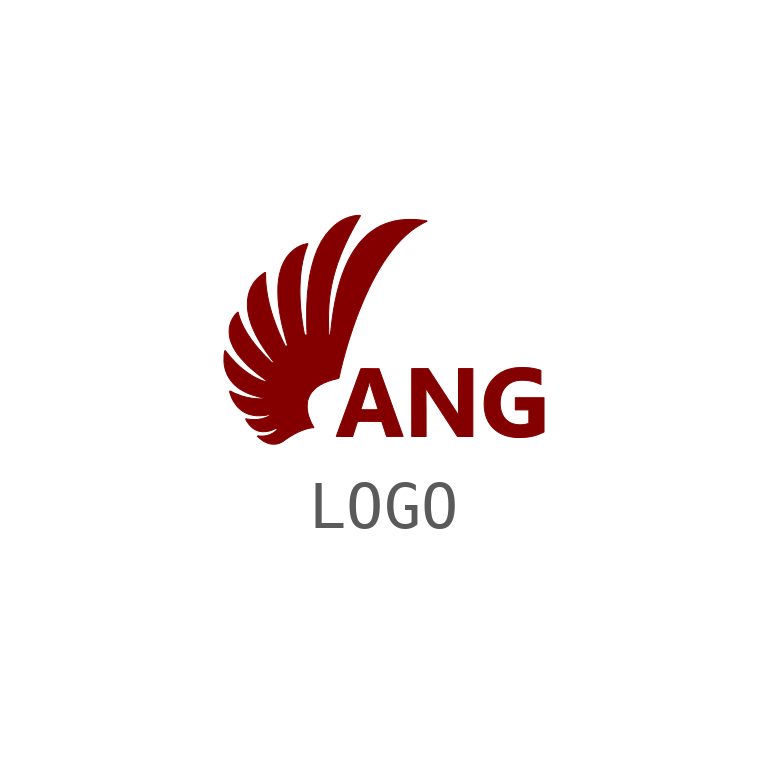
<source format=kicad_sym>
(kicad_symbol_lib
  (version 20210619)
  (generator bitmap2component)
  (symbol "LOGO"
    (pin_names
      (offset 1.016))
    (property "Reference" "#G"
      (at 0 2.286 0)
      (effects (font (size 1.27 1.27)) hide))
    (symbol "LOGO_0_0"
      (polyline (pts (xy -2.261 -2.426) (xy -2.243 -2.426) (xy -2.23 -2.424) (xy -2.223 -2.423) (xy -2.219 -2.421) (xy -2.21 -2.418) (xy -2.205 -2.417) (xy -2.195 -2.415) (xy -2.192 -2.414) (xy -2.18 -2.41) (xy -2.167 -2.405) (xy -2.155 -2.401) (xy -2.148 -2.397) (xy -2.146 -2.396) (xy -2.142 -2.394) (xy -2.14 -2.394) (xy -2.131 -2.39) (xy -2.121 -2.384) (xy -2.111 -2.378) (xy -2.105 -2.373) (xy -2.102 -2.371) (xy -2.095 -2.368) (xy -2.09 -2.366) (xy -2.083 -2.36) (xy -2.077 -2.354) (xy -2.071 -2.352) (xy -2.07 -2.351) (xy -2.063 -2.347) (xy -2.055 -2.34) (xy -2.052 -2.337) (xy -2.045 -2.331) (xy -2.041 -2.329) (xy -2.04 -2.33) (xy -2.035 -2.328) (xy -2.028 -2.321) (xy -2.028 -2.321) (xy -2.02 -2.314) (xy -2.015 -2.311) (xy -2.011 -2.31) (xy -2.003 -2.305) (xy -1.991 -2.295) (xy -1.97 -2.284) (xy -1.964 -2.28) (xy -1.956 -2.273) (xy -1.952 -2.27) (xy -1.947 -2.267) (xy -1.947 -2.267) (xy -1.941 -2.264) (xy -1.932 -2.259) (xy -1.932 -2.259) (xy -1.917 -2.249) (xy -1.905 -2.242) (xy -1.897 -2.239) (xy -1.894 -2.238) (xy -1.887 -2.233) (xy -1.881 -2.229) (xy -1.871 -2.223) (xy -1.871 -2.223) (xy -1.86 -2.217) (xy -1.848 -2.21) (xy -1.845 -2.208) (xy -1.838 -2.205) (xy -1.835 -2.205) (xy -1.833 -2.205) (xy -1.827 -2.201) (xy -1.823 -2.198) (xy -1.813 -2.193) (xy -1.8 -2.186) (xy -1.785 -2.179) (xy -1.772 -2.172) (xy -1.762 -2.168) (xy -1.756 -2.166) (xy -1.752 -2.165) (xy -1.743 -2.161) (xy -1.731 -2.155) (xy -1.72 -2.15) (xy -1.709 -2.146) (xy -1.703 -2.144) (xy -1.702 -2.143) (xy -1.695 -2.141) (xy -1.684 -2.136) (xy -1.681 -2.135) (xy -1.671 -2.131) (xy -1.664 -2.13) (xy -1.661 -2.129) (xy -1.655 -2.127) (xy -1.654 -2.125) (xy -1.647 -2.123) (xy -1.644 -2.122) (xy -1.635 -2.12) (xy -1.629 -2.118) (xy -1.618 -2.115) (xy -1.609 -2.112) (xy -1.601 -2.108) (xy -1.599 -2.107) (xy -1.596 -2.106) (xy -1.594 -2.107) (xy -1.587 -2.106) (xy -1.575 -2.103) (xy -1.567 -2.101) (xy -1.553 -2.097) (xy -1.544 -2.095) (xy -1.536 -2.094) (xy -1.523 -2.091) (xy -1.521 -2.09) (xy -1.507 -2.088) (xy -1.489 -2.086) (xy -1.469 -2.085) (xy -1.464 -2.085) (xy -1.457 -2.083) (xy -1.454 -2.078) (xy -1.458 -2.068) (xy -1.466 -2.054) (xy -1.467 -2.053) (xy -1.474 -2.042) (xy -1.479 -2.032) (xy -1.481 -2.028) (xy -1.481 -2.026) (xy -1.485 -2.02) (xy -1.488 -2.017) (xy -1.491 -2.01) (xy -1.493 -2.004) (xy -1.499 -1.996) (xy -1.504 -1.988) (xy -1.506 -1.983) (xy -1.508 -1.98) (xy -1.511 -1.971) (xy -1.516 -1.959) (xy -1.519 -1.953) (xy -1.526 -1.937) (xy -1.533 -1.919) (xy -1.54 -1.901) (xy -1.547 -1.885) (xy -1.551 -1.873) (xy -1.553 -1.866) (xy -1.553 -1.864) (xy -1.556 -1.857) (xy -1.559 -1.851) (xy -1.562 -1.841) (xy -1.564 -1.831) (xy -1.566 -1.824) (xy -1.567 -1.821) (xy -1.569 -1.812) (xy -1.57 -1.809) (xy -1.573 -1.797) (xy -1.576 -1.784) (xy -1.577 -1.78) (xy -1.579 -1.769) (xy -1.581 -1.759) (xy -1.583 -1.748) (xy -1.586 -1.731) (xy -1.586 -1.73) (xy -1.588 -1.715) (xy -1.59 -1.701) (xy -1.591 -1.696) (xy -1.592 -1.679) (xy -1.592 -1.657) (xy -1.592 -1.632) (xy -1.591 -1.606) (xy -1.59 -1.581) (xy -1.588 -1.561) (xy -1.586 -1.546) (xy -1.584 -1.536) (xy -1.583 -1.528) (xy -1.583 -1.525) (xy -1.58 -1.514) (xy -1.575 -1.498) (xy -1.568 -1.479) (xy -1.56 -1.459) (xy -1.553 -1.441) (xy -1.546 -1.426) (xy -1.541 -1.415) (xy -1.536 -1.407) (xy -1.532 -1.398) (xy -1.53 -1.394) (xy -1.53 -1.394) (xy -1.528 -1.389) (xy -1.522 -1.38) (xy -1.512 -1.367) (xy -1.501 -1.351) (xy -1.5 -1.35) (xy -1.489 -1.336) (xy -1.475 -1.321) (xy -1.459 -1.304) (xy -1.442 -1.286) (xy -1.425 -1.27) (xy -1.41 -1.255) (xy -1.397 -1.243) (xy -1.387 -1.235) (xy -1.381 -1.232) (xy -1.38 -1.232) (xy -1.373 -1.228) (xy -1.363 -1.221) (xy -1.35 -1.212) (xy -1.344 -1.208) (xy -1.332 -1.2) (xy -1.324 -1.196) (xy -1.321 -1.195) (xy -1.319 -1.195) (xy -1.314 -1.191) (xy -1.309 -1.187) (xy -1.304 -1.186) (xy -1.302 -1.186) (xy -1.297 -1.182) (xy -1.294 -1.179) (xy -1.287 -1.176) (xy -1.287 -1.176) (xy -1.28 -1.173) (xy -1.272 -1.168) (xy -1.271 -1.167) (xy -1.263 -1.161) (xy -1.258 -1.159) (xy -1.257 -1.159) (xy -1.248 -1.156) (xy -1.236 -1.151) (xy -1.222 -1.145) (xy -1.216 -1.142) (xy -1.199 -1.135) (xy -1.178 -1.127) (xy -1.155 -1.118) (xy -1.133 -1.111) (xy -1.121 -1.107) (xy -1.109 -1.103) (xy -1.099 -1.1) (xy -1.087 -1.097) (xy -1.081 -1.095) (xy -1.072 -1.091) (xy -1.069 -1.088) (xy -1.067 -1.088) (xy -1.063 -1.089) (xy -1.056 -1.087) (xy -1.043 -1.082) (xy -1.02 -1.077) (xy -1.014 -1.076) (xy -1.002 -1.073) (xy -0.988 -1.069) (xy -0.977 -1.067) (xy -0.962 -1.063) (xy -0.952 -1.061) (xy -0.942 -1.058) (xy -0.933 -1.05) (xy -0.928 -1.036) (xy -0.927 -1.032) (xy -0.924 -1.019) (xy -0.922 -1.007) (xy -0.918 -0.992) (xy -0.913 -0.972) (xy -0.911 -0.962) (xy -0.906 -0.941) (xy -0.903 -0.926) (xy -0.901 -0.915) (xy -0.9 -0.908) (xy -0.899 -0.904) (xy -0.897 -0.901) (xy -0.895 -0.898) (xy -0.895 -0.891) (xy -0.895 -0.884) (xy -0.893 -0.881) (xy -0.892 -0.88) (xy -0.89 -0.874) (xy -0.89 -0.873) (xy -0.89 -0.869) (xy -0.889 -0.865) (xy -0.887 -0.858) (xy -0.885 -0.848) (xy -0.881 -0.832) (xy -0.875 -0.81) (xy -0.872 -0.799) (xy -0.867 -0.782) (xy -0.864 -0.769) (xy -0.863 -0.762) (xy -0.862 -0.759) (xy -0.861 -0.753) (xy -0.859 -0.745) (xy -0.857 -0.734) (xy -0.852 -0.719) (xy -0.847 -0.697) (xy -0.846 -0.695) (xy -0.84 -0.672) (xy -0.836 -0.655) (xy -0.833 -0.642) (xy -0.832 -0.631) (xy -0.831 -0.629) (xy -0.827 -0.626) (xy -0.826 -0.626) (xy -0.825 -0.624) (xy -0.825 -0.624) (xy -0.825 -0.619) (xy -0.823 -0.609) (xy -0.819 -0.595) (xy -0.815 -0.58) (xy -0.812 -0.568) (xy -0.811 -0.561) (xy -0.81 -0.557) (xy -0.808 -0.554) (xy -0.807 -0.553) (xy -0.805 -0.548) (xy -0.804 -0.542) (xy -0.801 -0.525) (xy -0.794 -0.501) (xy -0.789 -0.487) (xy -0.786 -0.476) (xy -0.784 -0.467) (xy -0.782 -0.459) (xy -0.781 -0.453) (xy -0.777 -0.442) (xy -0.774 -0.437) (xy -0.772 -0.431) (xy -0.771 -0.428) (xy -0.769 -0.418) (xy -0.765 -0.405) (xy -0.762 -0.395) (xy -0.759 -0.383) (xy -0.757 -0.376) (xy -0.756 -0.369) (xy -0.752 -0.358) (xy -0.748 -0.344) (xy -0.743 -0.33) (xy -0.739 -0.317) (xy -0.737 -0.309) (xy -0.737 -0.307) (xy -0.734 -0.297) (xy -0.729 -0.283) (xy -0.724 -0.267) (xy -0.721 -0.259) (xy -0.717 -0.245) (xy -0.714 -0.234) (xy -0.714 -0.229) (xy -0.714 -0.228) (xy -0.711 -0.226) (xy -0.709 -0.226) (xy -0.708 -0.224) (xy -0.708 -0.22) (xy -0.706 -0.211) (xy -0.703 -0.199) (xy -0.699 -0.188) (xy -0.695 -0.176) (xy -0.693 -0.169) (xy -0.691 -0.164) (xy -0.687 -0.154) (xy -0.685 -0.148) (xy -0.684 -0.145) (xy -0.684 -0.143) (xy -0.682 -0.136) (xy -0.678 -0.124) (xy -0.675 -0.116) (xy -0.671 -0.103) (xy -0.669 -0.095) (xy -0.667 -0.088) (xy -0.663 -0.077) (xy -0.66 -0.071) (xy -0.653 -0.053) (xy -0.648 -0.032) (xy -0.647 -0.027) (xy -0.642 -0.015) (xy -0.637 -0.001) (xy -0.633 0.008) (xy -0.629 0.017) (xy -0.629 0.021) (xy -0.628 0.025) (xy -0.625 0.033) (xy -0.621 0.045) (xy -0.616 0.056) (xy -0.613 0.065) (xy -0.613 0.07) (xy -0.613 0.07) (xy -0.611 0.075) (xy -0.608 0.085) (xy -0.602 0.099) (xy -0.601 0.101) (xy -0.596 0.114) (xy -0.592 0.124) (xy -0.592 0.128) (xy -0.592 0.129) (xy -0.591 0.135) (xy -0.586 0.145) (xy -0.584 0.149) (xy -0.579 0.163) (xy -0.572 0.179) (xy -0.566 0.198) (xy -0.563 0.206) (xy -0.556 0.226) (xy -0.549 0.244) (xy -0.543 0.257) (xy -0.539 0.267) (xy -0.536 0.276) (xy -0.536 0.279) (xy -0.536 0.28) (xy -0.534 0.285) (xy -0.529 0.295) (xy -0.527 0.3) (xy -0.523 0.308) (xy -0.523 0.311) (xy -0.523 0.312) (xy -0.521 0.317) (xy -0.517 0.328) (xy -0.511 0.341) (xy -0.509 0.346) (xy -0.503 0.359) (xy -0.5 0.368) (xy -0.499 0.372) (xy -0.499 0.372) (xy -0.497 0.378) (xy -0.493 0.388) (xy -0.491 0.393) (xy -0.487 0.401) (xy -0.487 0.404) (xy -0.487 0.406) (xy -0.484 0.412) (xy -0.479 0.422) (xy -0.475 0.429) (xy -0.471 0.437) (xy -0.47 0.44) (xy -0.47 0.441) (xy -0.469 0.446) (xy -0.465 0.457) (xy -0.459 0.471) (xy -0.456 0.476) (xy -0.451 0.489) (xy -0.447 0.498) (xy -0.447 0.501) (xy -0.447 0.502) (xy -0.444 0.509) (xy -0.438 0.519) (xy -0.434 0.526) (xy -0.431 0.534) (xy -0.43 0.537) (xy -0.431 0.539) (xy -0.428 0.545) (xy -0.422 0.556) (xy -0.418 0.563) (xy -0.415 0.571) (xy -0.414 0.574) (xy -0.414 0.575) (xy -0.412 0.581) (xy -0.408 0.591) (xy -0.405 0.597) (xy -0.401 0.606) (xy -0.399 0.61) (xy -0.399 0.611) (xy -0.396 0.618) (xy -0.392 0.627) (xy -0.39 0.631) (xy -0.386 0.639) (xy -0.386 0.642) (xy -0.385 0.645) (xy -0.382 0.652) (xy -0.376 0.663) (xy -0.371 0.672) (xy -0.367 0.68) (xy -0.366 0.683) (xy -0.366 0.684) (xy -0.363 0.691) (xy -0.358 0.701) (xy -0.354 0.708) (xy -0.35 0.716) (xy -0.35 0.719) (xy -0.35 0.72) (xy -0.348 0.724) (xy -0.344 0.733) (xy -0.343 0.735) (xy -0.337 0.746) (xy -0.335 0.753) (xy -0.335 0.756) (xy -0.331 0.76) (xy -0.33 0.76) (xy -0.327 0.764) (xy -0.327 0.766) (xy -0.324 0.774) (xy -0.318 0.787) (xy -0.311 0.802) (xy -0.301 0.824) (xy -0.296 0.835) (xy -0.294 0.841) (xy -0.29 0.848) (xy -0.284 0.858) (xy -0.281 0.863) (xy -0.276 0.873) (xy -0.273 0.878) (xy -0.272 0.882) (xy -0.267 0.892) (xy -0.261 0.906) (xy -0.254 0.921) (xy -0.246 0.935) (xy -0.24 0.946) (xy -0.238 0.95) (xy -0.234 0.959) (xy -0.233 0.963) (xy -0.234 0.964) (xy -0.231 0.966) (xy -0.229 0.966) (xy -0.226 0.971) (xy -0.225 0.975) (xy -0.221 0.984) (xy -0.214 0.995) (xy -0.21 1.003) (xy -0.206 1.012) (xy -0.205 1.016) (xy -0.206 1.017) (xy -0.203 1.018) (xy -0.201 1.018) (xy -0.198 1.023) (xy -0.197 1.026) (xy -0.193 1.035) (xy -0.187 1.046) (xy -0.183 1.053) (xy -0.178 1.063) (xy -0.175 1.069) (xy -0.175 1.07) (xy -0.172 1.076) (xy -0.166 1.086) (xy -0.158 1.099) (xy -0.156 1.101) (xy -0.149 1.112) (xy -0.144 1.12) (xy -0.143 1.123) (xy -0.143 1.126) (xy -0.139 1.134) (xy -0.132 1.145) (xy -0.125 1.156) (xy -0.121 1.165) (xy -0.12 1.169) (xy -0.121 1.17) (xy -0.118 1.172) (xy -0.116 1.172) (xy -0.113 1.177) (xy -0.113 1.178) (xy -0.11 1.185) (xy -0.104 1.196) (xy -0.093 1.213) (xy -0.086 1.225) (xy -0.081 1.234) (xy -0.08 1.238) (xy -0.08 1.239) (xy -0.077 1.24) (xy -0.076 1.241) (xy -0.073 1.245) (xy -0.072 1.246) (xy -0.069 1.254) (xy -0.062 1.265) (xy -0.053 1.279) (xy -0.049 1.285) (xy -0.041 1.297) (xy -0.036 1.306) (xy -0.035 1.311) (xy -0.035 1.312) (xy -0.031 1.316) (xy -0.028 1.317) (xy -0.024 1.323) (xy -0.024 1.325) (xy -0.019 1.333) (xy -0.012 1.345) (xy -0.002 1.359) (xy 0.004 1.367) (xy 0.011 1.379) (xy 0.016 1.387) (xy 0.017 1.39) (xy 0.017 1.391) (xy 0.021 1.394) (xy 0.025 1.398) (xy 0.028 1.404) (xy 0.029 1.407) (xy 0.032 1.41) (xy 0.033 1.41) (xy 0.036 1.415) (xy 0.037 1.417) (xy 0.042 1.425) (xy 0.05 1.438) (xy 0.062 1.455) (xy 0.076 1.475) (xy 0.092 1.496) (xy 0.093 1.498) (xy 0.101 1.509) (xy 0.106 1.516) (xy 0.107 1.519) (xy 0.107 1.519) (xy 0.108 1.522) (xy 0.114 1.527) (xy 0.114 1.528) (xy 0.119 1.533) (xy 0.12 1.535) (xy 0.119 1.535) (xy 0.12 1.538) (xy 0.126 1.543) (xy 0.127 1.544) (xy 0.132 1.549) (xy 0.131 1.552) (xy 0.131 1.553) (xy 0.137 1.558) (xy 0.142 1.563) (xy 0.145 1.57) (xy 0.146 1.572) (xy 0.151 1.577) (xy 0.154 1.579) (xy 0.158 1.586) (xy 0.159 1.59) (xy 0.166 1.596) (xy 0.171 1.6) (xy 0.172 1.604) (xy 0.172 1.604) (xy 0.173 1.608) (xy 0.18 1.614) (xy 0.18 1.614) (xy 0.186 1.62) (xy 0.188 1.624) (xy 0.188 1.628) (xy 0.194 1.632) (xy 0.199 1.636) (xy 0.202 1.642) (xy 0.205 1.648) (xy 0.212 1.655) (xy 0.213 1.655) (xy 0.219 1.66) (xy 0.221 1.664) (xy 0.221 1.664) (xy 0.222 1.668) (xy 0.229 1.674) (xy 0.229 1.674) (xy 0.235 1.68) (xy 0.237 1.684) (xy 0.237 1.687) (xy 0.242 1.692) (xy 0.247 1.696) (xy 0.251 1.701) (xy 0.252 1.703) (xy 0.257 1.711) (xy 0.266 1.72) (xy 0.27 1.724) (xy 0.283 1.738) (xy 0.296 1.753) (xy 0.309 1.766) (xy 0.319 1.778) (xy 0.326 1.786) (xy 0.329 1.79) (xy 0.33 1.791) (xy 0.335 1.797) (xy 0.344 1.806) (xy 0.357 1.82) (xy 0.372 1.835) (xy 0.39 1.852) (xy 0.408 1.87) (xy 0.426 1.887) (xy 0.442 1.903) (xy 0.457 1.917) (xy 0.469 1.928) (xy 0.477 1.935) (xy 0.48 1.938) (xy 0.481 1.938) (xy 0.486 1.941) (xy 0.496 1.949) (xy 0.509 1.961) (xy 0.524 1.974) (xy 0.53 1.98) (xy 0.544 1.992) (xy 0.555 2.002) (xy 0.563 2.009) (xy 0.566 2.01) (xy 0.566 2.01) (xy 0.57 2.012) (xy 0.578 2.018) (xy 0.579 2.02) (xy 0.589 2.028) (xy 0.597 2.034) (xy 0.598 2.035) (xy 0.606 2.04) (xy 0.618 2.048) (xy 0.634 2.059) (xy 0.651 2.072) (xy 0.657 2.076) (xy 0.673 2.087) (xy 0.686 2.096) (xy 0.696 2.102) (xy 0.7 2.104) (xy 0.7 2.104) (xy 0.705 2.106) (xy 0.712 2.112) (xy 0.713 2.113) (xy 0.72 2.118) (xy 0.724 2.119) (xy 0.726 2.119) (xy 0.731 2.123) (xy 0.735 2.127) (xy 0.74 2.13) (xy 0.741 2.13) (xy 0.748 2.133) (xy 0.757 2.139) (xy 0.757 2.139) (xy 0.766 2.145) (xy 0.78 2.153) (xy 0.797 2.163) (xy 0.818 2.174) (xy 0.836 2.183) (xy 0.852 2.191) (xy 0.863 2.197) (xy 0.869 2.2) (xy 0.872 2.202) (xy 0.877 2.204) (xy 0.88 2.205) (xy 0.889 2.209) (xy 0.898 2.214) (xy 0.903 2.218) (xy 0.904 2.22) (xy 0.902 2.224) (xy 0.893 2.227) (xy 0.878 2.229) (xy 0.872 2.229) (xy 0.859 2.231) (xy 0.851 2.233) (xy 0.842 2.235) (xy 0.83 2.237) (xy 0.829 2.237) (xy 0.816 2.238) (xy 0.802 2.24) (xy 0.791 2.241) (xy 0.775 2.243) (xy 0.758 2.244) (xy 0.743 2.246) (xy 0.723 2.248) (xy 0.707 2.249) (xy 0.7 2.25) (xy 0.682 2.252) (xy 0.667 2.253) (xy 0.661 2.253) (xy 0.646 2.254) (xy 0.626 2.254) (xy 0.602 2.255) (xy 0.575 2.255) (xy 0.547 2.255) (xy 0.52 2.255) (xy 0.496 2.254) (xy 0.474 2.254) (xy 0.458 2.253) (xy 0.449 2.253) (xy 0.439 2.252) (xy 0.421 2.25) (xy 0.404 2.248) (xy 0.403 2.248) (xy 0.379 2.246) (xy 0.361 2.244) (xy 0.347 2.243) (xy 0.335 2.241) (xy 0.335 2.241) (xy 0.32 2.239) (xy 0.306 2.237) (xy 0.305 2.236) (xy 0.29 2.234) (xy 0.277 2.232) (xy 0.266 2.23) (xy 0.255 2.228) (xy 0.252 2.228) (xy 0.243 2.226) (xy 0.233 2.224) (xy 0.218 2.22) (xy 0.213 2.219) (xy 0.203 2.217) (xy 0.201 2.216) (xy 0.19 2.213) (xy 0.178 2.21) (xy 0.174 2.209) (xy 0.161 2.205) (xy 0.152 2.203) (xy 0.144 2.201) (xy 0.143 2.201) (xy 0.134 2.198) (xy 0.122 2.194) (xy 0.11 2.19) (xy 0.101 2.187) (xy 0.098 2.186) (xy 0.089 2.183) (xy 0.086 2.183) (xy 0.079 2.181) (xy 0.074 2.179) (xy 0.066 2.175) (xy 0.059 2.172) (xy 0.057 2.172) (xy 0.055 2.173) (xy 0.051 2.17) (xy 0.047 2.167) (xy 0.044 2.168) (xy 0.044 2.168) (xy 0.041 2.168) (xy 0.034 2.164) (xy 0.034 2.164) (xy 0.027 2.16) (xy 0.024 2.16) (xy 0.022 2.16) (xy 0.015 2.157) (xy 0.009 2.154) (xy 0.004 2.152) (xy 0.002 2.151) (xy -0.005 2.148) (xy -0.016 2.143) (xy -0.025 2.139) (xy -0.039 2.133) (xy -0.052 2.127) (xy -0.063 2.123) (xy -0.069 2.121) (xy -0.072 2.119) (xy -0.08 2.114) (xy -0.092 2.107) (xy -0.101 2.101) (xy -0.11 2.096) (xy -0.114 2.095) (xy -0.116 2.095) (xy -0.121 2.091) (xy -0.125 2.088) (xy -0.13 2.085) (xy -0.13 2.085) (xy -0.136 2.083) (xy -0.145 2.078) (xy -0.151 2.073) (xy -0.166 2.063) (xy -0.177 2.057) (xy -0.182 2.056) (xy -0.183 2.056) (xy -0.187 2.053) (xy -0.194 2.046) (xy -0.195 2.046) (xy -0.202 2.039) (xy -0.208 2.037) (xy -0.208 2.037) (xy -0.214 2.033) (xy -0.222 2.027) (xy -0.223 2.026) (xy -0.23 2.02) (xy -0.234 2.018) (xy -0.235 2.018) (xy -0.24 2.016) (xy -0.247 2.01) (xy -0.247 2.009) (xy -0.255 2.003) (xy -0.26 2) (xy -0.261 2) (xy -0.268 1.995) (xy -0.278 1.987) (xy -0.291 1.976) (xy -0.297 1.971) (xy -0.308 1.961) (xy -0.317 1.954) (xy -0.322 1.952) (xy -0.322 1.952) (xy -0.327 1.948) (xy -0.337 1.94) (xy -0.351 1.927) (xy -0.367 1.911) (xy -0.385 1.893) (xy -0.404 1.874) (xy -0.424 1.854) (xy -0.443 1.835) (xy -0.46 1.816) (xy -0.475 1.8) (xy -0.487 1.787) (xy -0.494 1.778) (xy -0.497 1.773) (xy -0.499 1.77) (xy -0.505 1.766) (xy -0.51 1.762) (xy -0.511 1.758) (xy -0.511 1.758) (xy -0.513 1.753) (xy -0.519 1.747) (xy -0.519 1.747) (xy -0.526 1.742) (xy -0.527 1.737) (xy -0.528 1.733) (xy -0.534 1.728) (xy -0.539 1.723) (xy -0.539 1.721) (xy -0.539 1.719) (xy -0.543 1.714) (xy -0.549 1.708) (xy -0.556 1.7) (xy -0.556 1.699) (xy -0.561 1.692) (xy -0.569 1.68) (xy -0.58 1.665) (xy -0.593 1.648) (xy -0.595 1.645) (xy -0.608 1.627) (xy -0.619 1.609) (xy -0.629 1.595) (xy -0.634 1.586) (xy -0.637 1.581) (xy -0.646 1.566) (xy -0.655 1.552) (xy -0.659 1.544) (xy -0.665 1.535) (xy -0.667 1.529) (xy -0.668 1.527) (xy -0.673 1.522) (xy -0.676 1.52) (xy -0.679 1.514) (xy -0.68 1.51) (xy -0.684 1.502) (xy -0.691 1.49) (xy -0.695 1.482) (xy -0.699 1.474) (xy -0.7 1.469) (xy -0.7 1.468) (xy -0.702 1.467) (xy -0.704 1.466) (xy -0.707 1.462) (xy -0.708 1.458) (xy -0.712 1.45) (xy -0.719 1.438) (xy -0.723 1.431) (xy -0.728 1.422) (xy -0.731 1.417) (xy -0.732 1.416) (xy -0.735 1.408) (xy -0.741 1.395) (xy -0.748 1.38) (xy -0.752 1.371) (xy -0.758 1.357) (xy -0.762 1.346) (xy -0.764 1.341) (xy -0.764 1.34) (xy -0.768 1.337) (xy -0.77 1.336) (xy -0.772 1.33) (xy -0.773 1.325) (xy -0.778 1.316) (xy -0.78 1.311) (xy -0.785 1.3) (xy -0.79 1.286) (xy -0.793 1.277) (xy -0.798 1.268) (xy -0.801 1.265) (xy -0.802 1.264) (xy -0.804 1.259) (xy -0.805 1.254) (xy -0.809 1.244) (xy -0.814 1.231) (xy -0.818 1.221) (xy -0.821 1.211) (xy -0.821 1.206) (xy -0.821 1.205) (xy -0.824 1.204) (xy -0.827 1.204) (xy -0.827 1.202) (xy -0.827 1.2) (xy -0.828 1.194) (xy -0.833 1.183) (xy -0.835 1.179) (xy -0.838 1.171) (xy -0.839 1.168) (xy -0.839 1.168) (xy -0.84 1.163) (xy -0.844 1.154) (xy -0.849 1.141) (xy -0.85 1.139) (xy -0.856 1.125) (xy -0.86 1.113) (xy -0.863 1.105) (xy -0.864 1.101) (xy -0.867 1.09) (xy -0.872 1.077) (xy -0.875 1.069) (xy -0.879 1.059) (xy -0.88 1.054) (xy -0.881 1.048) (xy -0.886 1.032) (xy -0.892 1.017) (xy -0.896 1.006) (xy -0.899 0.996) (xy -0.901 0.989) (xy -0.904 0.977) (xy -0.909 0.962) (xy -0.913 0.949) (xy -0.917 0.936) (xy -0.919 0.927) (xy -0.921 0.921) (xy -0.925 0.909) (xy -0.928 0.904) (xy -0.928 0.901) (xy -0.928 0.9) (xy -0.929 0.894) (xy -0.932 0.883) (xy -0.936 0.868) (xy -0.938 0.863) (xy -0.942 0.847) (xy -0.946 0.834) (xy -0.948 0.826) (xy -0.948 0.823) (xy -0.95 0.813) (xy -0.953 0.801) (xy -0.958 0.785) (xy -0.964 0.763) (xy -0.966 0.756) (xy -0.97 0.739) (xy -0.974 0.724) (xy -0.976 0.714) (xy -0.977 0.711) (xy -0.979 0.697) (xy -0.981 0.688) (xy -0.983 0.682) (xy -0.985 0.676) (xy -0.988 0.67) (xy -0.988 0.666) (xy -0.988 0.663) (xy -0.989 0.653) (xy -0.992 0.639) (xy -0.996 0.622) (xy -0.997 0.617) (xy -1.005 0.58) (xy -1.014 0.538) (xy -1.022 0.496) (xy -1.029 0.457) (xy -1.031 0.445) (xy -1.033 0.435) (xy -1.033 0.435) (xy -1.036 0.419) (xy -1.039 0.399) (xy -1.043 0.376) (xy -1.046 0.356) (xy -1.049 0.339) (xy -1.049 0.335) (xy -1.051 0.323) (xy -1.053 0.315) (xy -1.053 0.315) (xy -1.054 0.308) (xy -1.056 0.295) (xy -1.058 0.277) (xy -1.062 0.255) (xy -1.065 0.23) (xy -1.065 0.228) (xy -1.069 0.203) (xy -1.072 0.181) (xy -1.074 0.162) (xy -1.076 0.148) (xy -1.077 0.141) (xy -1.078 0.136) (xy -1.079 0.124) (xy -1.081 0.109) (xy -1.082 0.101) (xy -1.083 0.086) (xy -1.085 0.075) (xy -1.085 0.07) (xy -1.087 0.058) (xy -1.089 0.041) (xy -1.091 0.022) (xy -1.092 0.012) (xy -1.094 -0.007) (xy -1.096 -0.023) (xy -1.097 -0.034) (xy -1.098 -0.036) (xy -1.099 -0.051) (xy -1.101 -0.065) (xy -1.103 -0.087) (xy -1.106 -0.108) (xy -1.108 -0.127) (xy -1.11 -0.141) (xy -1.11 -0.142) (xy -1.112 -0.15) (xy -1.117 -0.153) (xy -1.127 -0.153) (xy -1.128 -0.153) (xy -1.132 -0.153) (xy -1.136 -0.152) (xy -1.138 -0.151) (xy -1.14 -0.147) (xy -1.141 -0.141) (xy -1.142 -0.131) (xy -1.143 -0.117) (xy -1.144 -0.097) (xy -1.145 -0.07) (xy -1.146 -0.036) (xy -1.146 -0.025) (xy -1.146 0.000400) (xy -1.147 0.031) (xy -1.147 0.064) (xy -1.147 0.1) (xy -1.148 0.136) (xy -1.148 0.173) (xy -1.148 0.208) (xy -1.147 0.241) (xy -1.147 0.27) (xy -1.147 0.295) (xy -1.146 0.314) (xy -1.146 0.325) (xy -1.146 0.329) (xy -1.145 0.343) (xy -1.144 0.362) (xy -1.143 0.385) (xy -1.141 0.408) (xy -1.14 0.438) (xy -1.139 0.461) (xy -1.138 0.479) (xy -1.137 0.494) (xy -1.135 0.507) (xy -1.134 0.519) (xy -1.134 0.52) (xy -1.132 0.533) (xy -1.131 0.55) (xy -1.129 0.568) (xy -1.129 0.568) (xy -1.127 0.594) (xy -1.125 0.613) (xy -1.123 0.627) (xy -1.122 0.638) (xy -1.119 0.654) (xy -1.116 0.676) (xy -1.113 0.699) (xy -1.111 0.712) (xy -1.108 0.735) (xy -1.103 0.762) (xy -1.098 0.793) (xy -1.093 0.824) (xy -1.087 0.855) (xy -1.082 0.883) (xy -1.077 0.907) (xy -1.073 0.925) (xy -1.065 0.963) (xy -1.065 0.963) (xy -1.063 0.971) (xy -1.06 0.985) (xy -1.056 1.002) (xy -1.051 1.022) (xy -1.05 1.024) (xy -1.045 1.044) (xy -1.041 1.062) (xy -1.038 1.075) (xy -1.036 1.083) (xy -1.034 1.089) (xy -1.032 1.096) (xy -1.03 1.1) (xy -1.028 1.109) (xy -1.026 1.116) (xy -1.023 1.129) (xy -1.018 1.144) (xy -1.014 1.157) (xy -1.01 1.17) (xy -1.008 1.18) (xy -1.005 1.194) (xy -0.999 1.212) (xy -0.991 1.236) (xy -0.987 1.244) (xy -0.985 1.253) (xy -0.984 1.257) (xy -0.984 1.257) (xy -0.983 1.261) (xy -0.98 1.27) (xy -0.976 1.283) (xy -0.975 1.284) (xy -0.971 1.297) (xy -0.968 1.306) (xy -0.968 1.309) (xy -0.968 1.311) (xy -0.966 1.317) (xy -0.963 1.324) (xy -0.96 1.333) (xy -0.958 1.339) (xy -0.953 1.353) (xy -0.947 1.37) (xy -0.941 1.387) (xy -0.935 1.401) (xy -0.931 1.411) (xy -0.931 1.412) (xy -0.927 1.419) (xy -0.927 1.422) (xy -0.928 1.423) (xy -0.927 1.427) (xy -0.923 1.435) (xy -0.92 1.441) (xy -0.914 1.455) (xy -0.909 1.47) (xy -0.904 1.486) (xy -0.897 1.506) (xy -0.89 1.524) (xy -0.882 1.543) (xy -0.871 1.567) (xy -0.865 1.581) (xy -0.86 1.595) (xy -0.856 1.605) (xy -0.856 1.61) (xy -0.856 1.611) (xy -0.854 1.612) (xy -0.854 1.612) (xy -0.85 1.616) (xy -0.846 1.625) (xy -0.842 1.634) (xy -0.841 1.642) (xy -0.84 1.644) (xy -0.836 1.652) (xy -0.83 1.663) (xy -0.826 1.67) (xy -0.822 1.678) (xy -0.822 1.681) (xy -0.822 1.682) (xy -0.82 1.688) (xy -0.816 1.698) (xy -0.813 1.704) (xy -0.809 1.712) (xy -0.808 1.716) (xy -0.807 1.718) (xy -0.804 1.725) (xy -0.798 1.736) (xy -0.794 1.742) (xy -0.79 1.752) (xy -0.788 1.757) (xy -0.787 1.76) (xy -0.783 1.769) (xy -0.776 1.782) (xy -0.769 1.798) (xy -0.763 1.81) (xy -0.756 1.824) (xy -0.751 1.834) (xy -0.75 1.839) (xy -0.749 1.841) (xy -0.745 1.848) (xy -0.74 1.859) (xy -0.736 1.865) (xy -0.733 1.874) (xy -0.732 1.877) (xy -0.732 1.877) (xy -0.73 1.883) (xy -0.724 1.891) (xy -0.722 1.895) (xy -0.718 1.904) (xy -0.718 1.909) (xy -0.719 1.91) (xy -0.716 1.911) (xy -0.714 1.912) (xy -0.711 1.917) (xy -0.71 1.92) (xy -0.706 1.929) (xy -0.699 1.94) (xy -0.695 1.948) (xy -0.691 1.957) (xy -0.69 1.961) (xy -0.691 1.962) (xy -0.687 1.964) (xy -0.685 1.964) (xy -0.684 1.966) (xy -0.684 1.969) (xy -0.681 1.976) (xy -0.674 1.987) (xy -0.67 1.995) (xy -0.665 2.005) (xy -0.663 2.01) (xy -0.662 2.013) (xy -0.657 2.021) (xy -0.651 2.032) (xy -0.646 2.039) (xy -0.642 2.049) (xy -0.641 2.053) (xy -0.641 2.054) (xy -0.639 2.057) (xy -0.637 2.057) (xy -0.634 2.061) (xy -0.633 2.065) (xy -0.629 2.074) (xy -0.622 2.086) (xy -0.617 2.094) (xy -0.614 2.102) (xy -0.613 2.105) (xy -0.614 2.106) (xy -0.612 2.108) (xy -0.61 2.11) (xy -0.607 2.115) (xy -0.603 2.122) (xy -0.596 2.134) (xy -0.586 2.152) (xy -0.586 2.153) (xy -0.581 2.161) (xy -0.578 2.166) (xy -0.577 2.167) (xy -0.574 2.172) (xy -0.568 2.182) (xy -0.567 2.184) (xy -0.558 2.201) (xy -0.551 2.213) (xy -0.547 2.22) (xy -0.543 2.223) (xy -0.542 2.225) (xy -0.543 2.226) (xy -0.543 2.226) (xy -0.542 2.23) (xy -0.537 2.239) (xy -0.53 2.25) (xy -0.529 2.251) (xy -0.521 2.263) (xy -0.517 2.272) (xy -0.516 2.276) (xy -0.517 2.277) (xy -0.514 2.279) (xy -0.512 2.279) (xy -0.509 2.284) (xy -0.507 2.289) (xy -0.502 2.299) (xy -0.495 2.311) (xy -0.488 2.321) (xy -0.484 2.331) (xy -0.484 2.336) (xy -0.487 2.337) (xy -0.497 2.339) (xy -0.513 2.34) (xy -0.531 2.34) (xy -0.552 2.338) (xy -0.572 2.336) (xy -0.59 2.333) (xy -0.592 2.333) (xy -0.603 2.331) (xy -0.616 2.329) (xy -0.619 2.329) (xy -0.631 2.327) (xy -0.638 2.326) (xy -0.643 2.325) (xy -0.653 2.322) (xy -0.667 2.318) (xy -0.676 2.315) (xy -0.69 2.311) (xy -0.701 2.309) (xy -0.708 2.307) (xy -0.721 2.302) (xy -0.737 2.297) (xy -0.754 2.29) (xy -0.77 2.284) (xy -0.783 2.279) (xy -0.79 2.276) (xy -0.791 2.275) (xy -0.796 2.273) (xy -0.797 2.272) (xy -0.804 2.27) (xy -0.814 2.265) (xy -0.819 2.263) (xy -0.828 2.259) (xy -0.833 2.258) (xy -0.835 2.257) (xy -0.841 2.253) (xy -0.844 2.249) (xy -0.851 2.247) (xy -0.851 2.247) (xy -0.858 2.244) (xy -0.866 2.238) (xy -0.868 2.237) (xy -0.874 2.233) (xy -0.877 2.233) (xy -0.878 2.233) (xy -0.883 2.23) (xy -0.885 2.229) (xy -0.898 2.22) (xy -0.913 2.212) (xy -0.921 2.207) (xy -0.932 2.2) (xy -0.946 2.19) (xy -0.961 2.179) (xy -0.974 2.169) (xy -0.984 2.161) (xy -0.99 2.156) (xy -0.993 2.152) (xy -0.999 2.15) (xy -1.001 2.149) (xy -1.008 2.143) (xy -1.019 2.134) (xy -1.034 2.121) (xy -1.05 2.107) (xy -1.063 2.094) (xy -1.122 2.034) (xy -1.177 1.969) (xy -1.18 1.966) (xy -1.189 1.954) (xy -1.197 1.947) (xy -1.201 1.944) (xy -1.202 1.944) (xy -1.204 1.94) (xy -1.204 1.939) (xy -1.207 1.934) (xy -1.213 1.924) (xy -1.222 1.91) (xy -1.234 1.894) (xy -1.234 1.893) (xy -1.245 1.877) (xy -1.254 1.864) (xy -1.26 1.854) (xy -1.262 1.85) (xy -1.262 1.849) (xy -1.265 1.847) (xy -1.266 1.847) (xy -1.269 1.843) (xy -1.269 1.842) (xy -1.272 1.835) (xy -1.279 1.824) (xy -1.29 1.806) (xy -1.298 1.793) (xy -1.303 1.783) (xy -1.305 1.778) (xy -1.305 1.777) (xy -1.309 1.774) (xy -1.311 1.773) (xy -1.313 1.768) (xy -1.314 1.765) (xy -1.317 1.756) (xy -1.323 1.746) (xy -1.327 1.74) (xy -1.331 1.732) (xy -1.331 1.729) (xy -1.331 1.729) (xy -1.334 1.723) (xy -1.339 1.714) (xy -1.341 1.711) (xy -1.348 1.698) (xy -1.356 1.68) (xy -1.366 1.66) (xy -1.376 1.638) (xy -1.385 1.616) (xy -1.394 1.595) (xy -1.401 1.577) (xy -1.405 1.564) (xy -1.407 1.557) (xy -1.408 1.555) (xy -1.412 1.552) (xy -1.413 1.552) (xy -1.413 1.55) (xy -1.413 1.546) (xy -1.416 1.537) (xy -1.421 1.524) (xy -1.425 1.514) (xy -1.427 1.503) (xy -1.428 1.498) (xy -1.427 1.497) (xy -1.431 1.495) (xy -1.433 1.495) (xy -1.433 1.493) (xy -1.433 1.491) (xy -1.434 1.484) (xy -1.439 1.474) (xy -1.441 1.47) (xy -1.444 1.462) (xy -1.444 1.459) (xy -1.444 1.457) (xy -1.447 1.45) (xy -1.45 1.444) (xy -1.453 1.433) (xy -1.454 1.425) (xy -1.458 1.413) (xy -1.463 1.398) (xy -1.467 1.384) (xy -1.471 1.372) (xy -1.473 1.364) (xy -1.473 1.364) (xy -1.475 1.355) (xy -1.478 1.343) (xy -1.483 1.327) (xy -1.487 1.314) (xy -1.492 1.296) (xy -1.495 1.282) (xy -1.497 1.27) (xy -1.498 1.264) (xy -1.501 1.257) (xy -1.503 1.252) (xy -1.505 1.243) (xy -1.506 1.241) (xy -1.507 1.234) (xy -1.51 1.221) (xy -1.514 1.203) (xy -1.519 1.179) (xy -1.526 1.148) (xy -1.534 1.109) (xy -1.535 1.102) (xy -1.538 1.091) (xy -1.539 1.083) (xy -1.542 1.071) (xy -1.542 1.066) (xy -1.546 1.046) (xy -1.549 1.022) (xy -1.55 1.018) (xy -1.552 1.004) (xy -1.553 0.994) (xy -1.555 0.983) (xy -1.558 0.964) (xy -1.561 0.941) (xy -1.565 0.916) (xy -1.568 0.89) (xy -1.571 0.867) (xy -1.573 0.848) (xy -1.574 0.835) (xy -1.574 0.834) (xy -1.576 0.818) (xy -1.577 0.802) (xy -1.578 0.792) (xy -1.583 0.754) (xy -1.586 0.722) (xy -1.589 0.692) (xy -1.591 0.664) (xy -1.592 0.635) (xy -1.594 0.602) (xy -1.595 0.584) (xy -1.596 0.559) (xy -1.597 0.536) (xy -1.599 0.517) (xy -1.599 0.5) (xy -1.601 0.468) (xy -1.602 0.431) (xy -1.603 0.39) (xy -1.603 0.345) (xy -1.603 0.299) (xy -1.604 0.251) (xy -1.603 0.202) (xy -1.603 0.153) (xy -1.603 0.106) (xy -1.602 0.061) (xy -1.601 0.018) (xy -1.6 -0.02) (xy -1.599 -0.054) (xy -1.597 -0.083) (xy -1.596 -0.105) (xy -1.594 -0.12) (xy -1.593 -0.128) (xy -1.596 -0.136) (xy -1.604 -0.146) (xy -1.611 -0.152) (xy -1.618 -0.155) (xy -1.626 -0.154) (xy -1.633 -0.152) (xy -1.638 -0.152) (xy -1.641 -0.151) (xy -1.646 -0.144) (xy -1.649 -0.138) (xy -1.652 -0.128) (xy -1.655 -0.114) (xy -1.659 -0.093) (xy -1.659 -0.091) (xy -1.662 -0.076) (xy -1.665 -0.059) (xy -1.668 -0.038) (xy -1.673 -0.012) (xy -1.679 0.02) (xy -1.681 0.032) (xy -1.683 0.044) (xy -1.684 0.058) (xy -1.687 0.071) (xy -1.688 0.083) (xy -1.692 0.106) (xy -1.696 0.134) (xy -1.7 0.163) (xy -1.703 0.194) (xy -1.704 0.199) (xy -1.706 0.211) (xy -1.708 0.22) (xy -1.709 0.223) (xy -1.71 0.235) (xy -1.712 0.248) (xy -1.712 0.255) (xy -1.714 0.269) (xy -1.715 0.279) (xy -1.716 0.287) (xy -1.718 0.301) (xy -1.719 0.317) (xy -1.721 0.332) (xy -1.722 0.349) (xy -1.723 0.362) (xy -1.728 0.414) (xy -1.734 0.488) (xy -1.738 0.563) (xy -1.741 0.639) (xy -1.743 0.713) (xy -1.743 0.783) (xy -1.742 0.85) (xy -1.74 0.909) (xy -1.739 0.932) (xy -1.738 0.958) (xy -1.736 0.984) (xy -1.735 1.004) (xy -1.735 1.013) (xy -1.734 1.034) (xy -1.732 1.053) (xy -1.731 1.067) (xy -1.73 1.075) (xy -1.728 1.091) (xy -1.727 1.103) (xy -1.727 1.104) (xy -1.726 1.114) (xy -1.724 1.13) (xy -1.722 1.15) (xy -1.72 1.172) (xy -1.717 1.193) (xy -1.714 1.212) (xy -1.712 1.227) (xy -1.711 1.238) (xy -1.709 1.249) (xy -1.707 1.263) (xy -1.706 1.269) (xy -1.704 1.284) (xy -1.7 1.303) (xy -1.696 1.325) (xy -1.691 1.349) (xy -1.687 1.372) (xy -1.682 1.394) (xy -1.678 1.412) (xy -1.675 1.425) (xy -1.673 1.433) (xy -1.671 1.439) (xy -1.671 1.442) (xy -1.671 1.444) (xy -1.669 1.45) (xy -1.665 1.46) (xy -1.663 1.472) (xy -1.662 1.474) (xy -1.659 1.496) (xy -1.654 1.514) (xy -1.647 1.535) (xy -1.645 1.54) (xy -1.641 1.552) (xy -1.639 1.561) (xy -1.639 1.563) (xy -1.636 1.572) (xy -1.632 1.586) (xy -1.627 1.602) (xy -1.625 1.607) (xy -1.62 1.622) (xy -1.616 1.634) (xy -1.614 1.641) (xy -1.612 1.649) (xy -1.607 1.659) (xy -1.605 1.663) (xy -1.601 1.673) (xy -1.598 1.684) (xy -1.596 1.692) (xy -1.596 1.695) (xy -1.596 1.696) (xy -1.593 1.702) (xy -1.589 1.712) (xy -1.586 1.718) (xy -1.582 1.726) (xy -1.582 1.729) (xy -1.583 1.731) (xy -1.58 1.737) (xy -1.578 1.743) (xy -1.581 1.749) (xy -1.584 1.751) (xy -1.589 1.752) (xy -1.589 1.752) (xy -1.595 1.75) (xy -1.604 1.748) (xy -1.609 1.747) (xy -1.623 1.744) (xy -1.638 1.74) (xy -1.644 1.738) (xy -1.655 1.735) (xy -1.66 1.734) (xy -1.661 1.733) (xy -1.67 1.732) (xy -1.68 1.729) (xy -1.687 1.726) (xy -1.688 1.726) (xy -1.695 1.723) (xy -1.7 1.721) (xy -1.711 1.717) (xy -1.724 1.711) (xy -1.736 1.706) (xy -1.745 1.702) (xy -1.75 1.7) (xy -1.752 1.699) (xy -1.759 1.694) (xy -1.763 1.691) (xy -1.766 1.691) (xy -1.766 1.691) (xy -1.77 1.69) (xy -1.777 1.686) (xy -1.783 1.683) (xy -1.796 1.674) (xy -1.805 1.669) (xy -1.812 1.665) (xy -1.818 1.662) (xy -1.826 1.655) (xy -1.83 1.651) (xy -1.836 1.649) (xy -1.842 1.646) (xy -1.849 1.64) (xy -1.856 1.634) (xy -1.863 1.629) (xy -1.866 1.627) (xy -1.874 1.621) (xy -1.885 1.612) (xy -1.899 1.6) (xy -1.913 1.587) (xy -1.927 1.575) (xy -1.939 1.564) (xy -1.947 1.556) (xy -1.951 1.552) (xy -1.951 1.552) (xy -1.955 1.547) (xy -1.962 1.538) (xy -1.972 1.527) (xy -1.974 1.525) (xy -1.985 1.513) (xy -1.997 1.498) (xy -2.009 1.482) (xy -2.02 1.467) (xy -2.03 1.453) (xy -2.036 1.443) (xy -2.039 1.438) (xy -2.039 1.437) (xy -2.043 1.431) (xy -2.043 1.431) (xy -2.048 1.425) (xy -2.054 1.415) (xy -2.061 1.402) (xy -2.068 1.389) (xy -2.069 1.387) (xy -2.074 1.379) (xy -2.077 1.374) (xy -2.078 1.373) (xy -2.08 1.366) (xy -2.08 1.366) (xy -2.084 1.358) (xy -2.09 1.349) (xy -2.091 1.347) (xy -2.095 1.34) (xy -2.095 1.337) (xy -2.095 1.337) (xy -2.097 1.331) (xy -2.101 1.322) (xy -2.103 1.317) (xy -2.106 1.308) (xy -2.106 1.304) (xy -2.106 1.302) (xy -2.109 1.301) (xy -2.111 1.301) (xy -2.112 1.298) (xy -2.112 1.298) (xy -2.113 1.292) (xy -2.117 1.283) (xy -2.119 1.281) (xy -2.123 1.272) (xy -2.123 1.267) (xy -2.122 1.266) (xy -2.125 1.265) (xy -2.126 1.265) (xy -2.129 1.262) (xy -2.129 1.261) (xy -2.13 1.255) (xy -2.133 1.243) (xy -2.137 1.228) (xy -2.138 1.225) (xy -2.143 1.211) (xy -2.146 1.199) (xy -2.147 1.193) (xy -2.147 1.191) (xy -2.15 1.188) (xy -2.151 1.187) (xy -2.152 1.181) (xy -2.154 1.172) (xy -2.157 1.157) (xy -2.163 1.136) (xy -2.165 1.131) (xy -2.169 1.116) (xy -2.172 1.103) (xy -2.174 1.09) (xy -2.176 1.079) (xy -2.178 1.069) (xy -2.18 1.057) (xy -2.182 1.046) (xy -2.184 1.034) (xy -2.185 1.027) (xy -2.188 1.01) (xy -2.191 0.989) (xy -2.193 0.964) (xy -2.196 0.938) (xy -2.199 0.911) (xy -2.201 0.887) (xy -2.201 0.879) (xy -2.203 0.852) (xy -2.203 0.818) (xy -2.204 0.78) (xy -2.203 0.739) (xy -2.203 0.697) (xy -2.201 0.656) (xy -2.2 0.616) (xy -2.198 0.581) (xy -2.196 0.551) (xy -2.195 0.544) (xy -2.194 0.526) (xy -2.192 0.51) (xy -2.192 0.506) (xy -2.19 0.489) (xy -2.188 0.472) (xy -2.188 0.469) (xy -2.186 0.452) (xy -2.184 0.438) (xy -2.183 0.427) (xy -2.181 0.411) (xy -2.178 0.394) (xy -2.175 0.379) (xy -2.173 0.364) (xy -2.171 0.354) (xy -2.17 0.341) (xy -2.168 0.327) (xy -2.167 0.32) (xy -2.165 0.31) (xy -2.163 0.297) (xy -2.16 0.279) (xy -2.16 0.278) (xy -2.158 0.269) (xy -2.156 0.257) (xy -2.156 0.255) (xy -2.154 0.24) (xy -2.152 0.227) (xy -2.152 0.227) (xy -2.15 0.217) (xy -2.148 0.211) (xy -2.148 0.21) (xy -2.146 0.202) (xy -2.143 0.19) (xy -2.141 0.174) (xy -2.139 0.163) (xy -2.138 0.155) (xy -2.136 0.147) (xy -2.133 0.136) (xy -2.129 0.119) (xy -2.128 0.112) (xy -2.125 0.1) (xy -2.123 0.091) (xy -2.122 0.081) (xy -2.118 0.063) (xy -2.115 0.052) (xy -2.113 0.045) (xy -2.111 0.034) (xy -2.109 0.027) (xy -2.107 0.019) (xy -2.106 0.01) (xy -2.102 -0.002) (xy -2.101 -0.004) (xy -2.098 -0.018) (xy -2.095 -0.028) (xy -2.095 -0.031) (xy -2.092 -0.046) (xy -2.089 -0.055) (xy -2.087 -0.06) (xy -2.086 -0.064) (xy -2.083 -0.073) (xy -2.081 -0.083) (xy -2.079 -0.094) (xy -2.077 -0.101) (xy -2.075 -0.105) (xy -2.073 -0.11) (xy -2.071 -0.12) (xy -2.071 -0.121) (xy -2.068 -0.138) (xy -2.065 -0.151) (xy -2.062 -0.158) (xy -2.061 -0.161) (xy -2.059 -0.17) (xy -2.057 -0.175) (xy -2.055 -0.184) (xy -2.052 -0.194) (xy -2.049 -0.207) (xy -2.043 -0.226) (xy -2.041 -0.231) (xy -2.036 -0.248) (xy -2.032 -0.261) (xy -2.03 -0.27) (xy -2.027 -0.279) (xy -2.024 -0.289) (xy -2.02 -0.303) (xy -2.02 -0.305) (xy -2.015 -0.321) (xy -2.011 -0.334) (xy -2.008 -0.341) (xy -2.007 -0.346) (xy -2.003 -0.357) (xy -2.004 -0.365) (xy -2.008 -0.375) (xy -2.015 -0.382) (xy -2.027 -0.387) (xy -2.039 -0.385) (xy -2.051 -0.376) (xy -2.051 -0.376) (xy -2.059 -0.364) (xy -2.066 -0.351) (xy -2.071 -0.339) (xy -2.072 -0.336) (xy -2.077 -0.326) (xy -2.083 -0.313) (xy -2.09 -0.299) (xy -2.096 -0.288) (xy -2.1 -0.282) (xy -2.104 -0.277) (xy -2.103 -0.275) (xy -2.103 -0.274) (xy -2.105 -0.269) (xy -2.108 -0.265) (xy -2.107 -0.263) (xy -2.107 -0.263) (xy -2.108 -0.259) (xy -2.113 -0.251) (xy -2.114 -0.249) (xy -2.119 -0.241) (xy -2.121 -0.237) (xy -2.122 -0.236) (xy -2.124 -0.229) (xy -2.128 -0.219) (xy -2.13 -0.216) (xy -2.134 -0.207) (xy -2.136 -0.202) (xy -2.136 -0.201) (xy -2.139 -0.194) (xy -2.144 -0.184) (xy -2.146 -0.179) (xy -2.15 -0.17) (xy -2.152 -0.166) (xy -2.153 -0.163) (xy -2.157 -0.153) (xy -2.165 -0.136) (xy -2.175 -0.113) (xy -2.176 -0.112) (xy -2.182 -0.099) (xy -2.186 -0.089) (xy -2.188 -0.084) (xy -2.19 -0.079) (xy -2.192 -0.074) (xy -2.194 -0.069) (xy -2.198 -0.061) (xy -2.202 -0.053) (xy -2.203 -0.05) (xy -2.203 -0.049) (xy -2.205 -0.043) (xy -2.209 -0.033) (xy -2.21 -0.03) (xy -2.214 -0.02) (xy -2.217 -0.014) (xy -2.219 -0.008) (xy -2.222 0.002) (xy -2.223 0.003) (xy -2.226 0.011) (xy -2.227 0.016) (xy -2.228 0.019) (xy -2.232 0.026) (xy -2.235 0.032) (xy -2.237 0.036) (xy -2.237 0.038) (xy -2.24 0.045) (xy -2.24 0.047) (xy -2.245 0.059) (xy -2.247 0.068) (xy -2.248 0.071) (xy -2.252 0.079) (xy -2.255 0.084) (xy -2.257 0.089) (xy -2.258 0.092) (xy -2.26 0.101) (xy -2.265 0.113) (xy -2.268 0.123) (xy -2.271 0.132) (xy -2.271 0.137) (xy -2.272 0.14) (xy -2.277 0.148) (xy -2.277 0.148) (xy -2.281 0.155) (xy -2.281 0.158) (xy -2.281 0.16) (xy -2.284 0.167) (xy -2.287 0.174) (xy -2.29 0.184) (xy -2.291 0.189) (xy -2.295 0.2) (xy -2.296 0.202) (xy -2.301 0.215) (xy -2.306 0.23) (xy -2.311 0.244) (xy -2.313 0.254) (xy -2.315 0.26) (xy -2.317 0.271) (xy -2.319 0.277) (xy -2.324 0.285) (xy -2.326 0.288) (xy -2.326 0.291) (xy -2.325 0.292) (xy -2.327 0.298) (xy -2.33 0.305) (xy -2.333 0.316) (xy -2.333 0.316) (xy -2.336 0.327) (xy -2.338 0.338) (xy -2.342 0.351) (xy -2.348 0.37) (xy -2.348 0.371) (xy -2.352 0.385) (xy -2.356 0.397) (xy -2.358 0.404) (xy -2.358 0.406) (xy -2.361 0.416) (xy -2.364 0.428) (xy -2.366 0.434) (xy -2.369 0.445) (xy -2.37 0.451) (xy -2.372 0.457) (xy -2.374 0.466) (xy -2.377 0.476) (xy -2.381 0.486) (xy -2.383 0.491) (xy -2.383 0.496) (xy -2.382 0.497) (xy -2.383 0.505) (xy -2.386 0.516) (xy -2.388 0.523) (xy -2.39 0.532) (xy -2.39 0.537) (xy -2.39 0.539) (xy -2.393 0.546) (xy -2.393 0.547) (xy -2.396 0.557) (xy -2.398 0.569) (xy -2.399 0.571) (xy -2.401 0.582) (xy -2.402 0.59) (xy -2.403 0.591) (xy -2.405 0.6) (xy -2.407 0.612) (xy -2.407 0.616) (xy -2.409 0.626) (xy -2.411 0.631) (xy -2.411 0.632) (xy -2.413 0.638) (xy -2.415 0.648) (xy -2.416 0.659) (xy -2.418 0.671) (xy -2.419 0.671) (xy -2.42 0.68) (xy -2.423 0.694) (xy -2.425 0.713) (xy -2.429 0.733) (xy -2.429 0.736) (xy -2.432 0.756) (xy -2.435 0.774) (xy -2.437 0.788) (xy -2.439 0.796) (xy -2.439 0.801) (xy -2.441 0.814) (xy -2.443 0.828) (xy -2.443 0.836) (xy -2.445 0.854) (xy -2.447 0.869) (xy -2.45 0.893) (xy -2.453 0.934) (xy -2.456 0.978) (xy -2.457 1.026) (xy -2.458 1.081) (xy -2.458 1.089) (xy -2.459 1.112) (xy -2.459 1.129) (xy -2.46 1.14) (xy -2.461 1.146) (xy -2.463 1.15) (xy -2.466 1.151) (xy -2.466 1.151) (xy -2.475 1.149) (xy -2.488 1.141) (xy -2.505 1.131) (xy -2.525 1.116) (xy -2.547 1.099) (xy -2.57 1.08) (xy -2.594 1.059) (xy -2.608 1.046) (xy -2.623 1.032) (xy -2.635 1.02) (xy -2.644 1.012) (xy -2.647 1.008) (xy -2.65 1.004) (xy -2.656 0.998) (xy -2.66 0.994) (xy -2.668 0.985) (xy -2.678 0.973) (xy -2.689 0.959) (xy -2.7 0.945) (xy -2.709 0.932) (xy -2.715 0.922) (xy -2.717 0.917) (xy -2.718 0.914) (xy -2.724 0.909) (xy -2.726 0.907) (xy -2.726 0.905) (xy -2.725 0.903) (xy -2.728 0.898) (xy -2.731 0.895) (xy -2.737 0.885) (xy -2.744 0.873) (xy -2.748 0.866) (xy -2.753 0.857) (xy -2.757 0.852) (xy -2.758 0.852) (xy -2.76 0.847) (xy -2.76 0.847) (xy -2.762 0.842) (xy -2.766 0.833) (xy -2.766 0.832) (xy -2.769 0.824) (xy -2.769 0.819) (xy -2.768 0.818) (xy -2.771 0.816) (xy -2.772 0.815) (xy -2.777 0.808) (xy -2.781 0.798) (xy -2.784 0.789) (xy -2.785 0.783) (xy -2.785 0.782) (xy -2.788 0.78) (xy -2.789 0.779) (xy -2.791 0.775) (xy -2.792 0.771) (xy -2.795 0.761) (xy -2.8 0.749) (xy -2.803 0.74) (xy -2.805 0.73) (xy -2.806 0.726) (xy -2.805 0.723) (xy -2.808 0.715) (xy -2.811 0.709) (xy -2.815 0.698) (xy -2.816 0.693) (xy -2.82 0.671) (xy -2.825 0.645) (xy -2.829 0.619) (xy -2.833 0.595) (xy -2.836 0.576) (xy -2.836 0.571) (xy -2.837 0.553) (xy -2.838 0.53) (xy -2.838 0.503) (xy -2.838 0.476) (xy -2.838 0.448) (xy -2.837 0.423) (xy -2.836 0.402) (xy -2.835 0.388) (xy -2.834 0.384) (xy -2.832 0.369) (xy -2.831 0.356) (xy -2.829 0.343) (xy -2.827 0.331) (xy -2.825 0.32) (xy -2.823 0.307) (xy -2.822 0.302) (xy -2.82 0.288) (xy -2.817 0.273) (xy -2.815 0.266) (xy -2.812 0.252) (xy -2.811 0.242) (xy -2.81 0.242) (xy -2.808 0.231) (xy -2.804 0.218) (xy -2.803 0.214) (xy -2.799 0.197) (xy -2.795 0.176) (xy -2.794 0.174) (xy -2.791 0.167) (xy -2.789 0.162) (xy -2.786 0.153) (xy -2.785 0.148) (xy -2.782 0.138) (xy -2.779 0.129) (xy -2.778 0.128) (xy -2.776 0.119) (xy -2.772 0.107) (xy -2.771 0.104) (xy -2.767 0.092) (xy -2.764 0.083) (xy -2.762 0.078) (xy -2.757 0.064) (xy -2.754 0.054) (xy -2.753 0.053) (xy -2.751 0.046) (xy -2.747 0.036) (xy -2.745 0.031) (xy -2.738 0.016) (xy -2.734 0.004) (xy -2.733 0.002) (xy -2.727 -0.013) (xy -2.719 -0.031) (xy -2.716 -0.037) (xy -2.713 -0.045) (xy -2.712 -0.049) (xy -2.712 -0.05) (xy -2.71 -0.055) (xy -2.704 -0.064) (xy -2.702 -0.067) (xy -2.698 -0.074) (xy -2.697 -0.077) (xy -2.698 -0.078) (xy -2.695 -0.083) (xy -2.693 -0.086) (xy -2.692 -0.089) (xy -2.692 -0.091) (xy -2.688 -0.099) (xy -2.682 -0.112) (xy -2.674 -0.128) (xy -2.665 -0.147) (xy -2.655 -0.167) (xy -2.644 -0.186) (xy -2.635 -0.204) (xy -2.628 -0.217) (xy -2.62 -0.23) (xy -2.616 -0.239) (xy -2.611 -0.248) (xy -2.606 -0.253) (xy -2.605 -0.254) (xy -2.604 -0.258) (xy -2.604 -0.261) (xy -2.6 -0.267) (xy -2.597 -0.27) (xy -2.594 -0.276) (xy -2.594 -0.277) (xy -2.59 -0.284) (xy -2.584 -0.293) (xy -2.581 -0.297) (xy -2.576 -0.304) (xy -2.576 -0.307) (xy -2.576 -0.307) (xy -2.576 -0.31) (xy -2.571 -0.317) (xy -2.57 -0.317) (xy -2.565 -0.324) (xy -2.564 -0.328) (xy -2.564 -0.33) (xy -2.56 -0.335) (xy -2.557 -0.339) (xy -2.554 -0.345) (xy -2.552 -0.35) (xy -2.546 -0.358) (xy -2.54 -0.363) (xy -2.538 -0.368) (xy -2.537 -0.369) (xy -2.534 -0.375) (xy -2.527 -0.386) (xy -2.52 -0.398) (xy -2.512 -0.409) (xy -2.505 -0.418) (xy -2.501 -0.422) (xy -2.5 -0.423) (xy -2.499 -0.428) (xy -2.498 -0.432) (xy -2.493 -0.439) (xy -2.488 -0.444) (xy -2.485 -0.451) (xy -2.485 -0.451) (xy -2.482 -0.457) (xy -2.475 -0.465) (xy -2.474 -0.466) (xy -2.468 -0.472) (xy -2.467 -0.477) (xy -2.467 -0.477) (xy -2.465 -0.482) (xy -2.459 -0.489) (xy -2.458 -0.49) (xy -2.451 -0.497) (xy -2.449 -0.503) (xy -2.449 -0.503) (xy -2.446 -0.509) (xy -2.439 -0.517) (xy -2.438 -0.518) (xy -2.431 -0.526) (xy -2.429 -0.531) (xy -2.429 -0.532) (xy -2.425 -0.538) (xy -2.418 -0.545) (xy -2.418 -0.546) (xy -2.411 -0.554) (xy -2.408 -0.56) (xy -2.408 -0.561) (xy -2.404 -0.567) (xy -2.396 -0.576) (xy -2.394 -0.578) (xy -2.388 -0.586) (xy -2.386 -0.59) (xy -2.386 -0.592) (xy -2.382 -0.598) (xy -2.374 -0.606) (xy -2.369 -0.611) (xy -2.362 -0.619) (xy -2.36 -0.623) (xy -2.359 -0.625) (xy -2.354 -0.633) (xy -2.346 -0.645) (xy -2.336 -0.658) (xy -2.325 -0.671) (xy -2.316 -0.683) (xy -2.308 -0.692) (xy -2.305 -0.696) (xy -2.298 -0.708) (xy -2.296 -0.719) (xy -2.298 -0.728) (xy -2.304 -0.732) (xy -2.314 -0.731) (xy -2.32 -0.729) (xy -2.323 -0.729) (xy -2.325 -0.729) (xy -2.331 -0.723) (xy -2.342 -0.713) (xy -2.356 -0.699) (xy -2.373 -0.682) (xy -2.392 -0.663) (xy -2.406 -0.65) (xy -2.423 -0.632) (xy -2.439 -0.617) (xy -2.45 -0.606) (xy -2.458 -0.599) (xy -2.461 -0.597) (xy -2.464 -0.594) (xy -2.471 -0.587) (xy -2.482 -0.575) (xy -2.496 -0.559) (xy -2.513 -0.541) (xy -2.531 -0.521) (xy -2.549 -0.5) (xy -2.568 -0.479) (xy -2.586 -0.459) (xy -2.603 -0.441) (xy -2.617 -0.424) (xy -2.628 -0.411) (xy -2.635 -0.403) (xy -2.638 -0.399) (xy -2.64 -0.396) (xy -2.646 -0.388) (xy -2.655 -0.378) (xy -2.663 -0.369) (xy -2.675 -0.354) (xy -2.686 -0.339) (xy -2.695 -0.328) (xy -2.703 -0.318) (xy -2.709 -0.312) (xy -2.713 -0.308) (xy -2.715 -0.301) (xy -2.716 -0.299) (xy -2.721 -0.292) (xy -2.729 -0.283) (xy -2.734 -0.278) (xy -2.741 -0.27) (xy -2.744 -0.265) (xy -2.744 -0.264) (xy -2.747 -0.258) (xy -2.754 -0.251) (xy -2.755 -0.25) (xy -2.761 -0.242) (xy -2.764 -0.236) (xy -2.764 -0.236) (xy -2.767 -0.23) (xy -2.774 -0.222) (xy -2.775 -0.221) (xy -2.781 -0.214) (xy -2.782 -0.21) (xy -2.782 -0.21) (xy -2.784 -0.205) (xy -2.79 -0.198) (xy -2.791 -0.197) (xy -2.797 -0.19) (xy -2.798 -0.186) (xy -2.799 -0.182) (xy -2.804 -0.176) (xy -2.81 -0.17) (xy -2.812 -0.164) (xy -2.814 -0.159) (xy -2.821 -0.151) (xy -2.826 -0.146) (xy -2.829 -0.141) (xy -2.829 -0.141) (xy -2.832 -0.135) (xy -2.838 -0.124) (xy -2.847 -0.111) (xy -2.849 -0.107) (xy -2.857 -0.096) (xy -2.861 -0.088) (xy -2.862 -0.085) (xy -2.862 -0.083) (xy -2.865 -0.078) (xy -2.867 -0.076) (xy -2.873 -0.066) (xy -2.88 -0.054) (xy -2.881 -0.052) (xy -2.889 -0.037) (xy -2.897 -0.024) (xy -2.898 -0.022) (xy -2.905 -0.009) (xy -2.912 0.004) (xy -2.917 0.015) (xy -2.919 0.021) (xy -2.92 0.023) (xy -2.925 0.029) (xy -2.927 0.032) (xy -2.93 0.037) (xy -2.93 0.037) (xy -2.932 0.043) (xy -2.936 0.054) (xy -2.942 0.068) (xy -2.943 0.07) (xy -2.95 0.083) (xy -2.954 0.093) (xy -2.956 0.097) (xy -2.957 0.1) (xy -2.961 0.107) (xy -2.963 0.113) (xy -2.965 0.117) (xy -2.965 0.118) (xy -2.968 0.125) (xy -2.972 0.135) (xy -2.974 0.14) (xy -2.977 0.148) (xy -2.978 0.152) (xy -2.979 0.154) (xy -2.982 0.161) (xy -2.986 0.172) (xy -2.989 0.178) (xy -2.991 0.187) (xy -2.992 0.19) (xy -2.991 0.191) (xy -2.994 0.196) (xy -2.997 0.2) (xy -2.997 0.202) (xy -2.997 0.203) (xy -2.998 0.208) (xy -3.001 0.217) (xy -3.002 0.218) (xy -3.007 0.233) (xy -3.011 0.246) (xy -3.011 0.247) (xy -3.014 0.259) (xy -3.017 0.268) (xy -3.018 0.271) (xy -3.02 0.282) (xy -3.02 0.282) (xy -3.023 0.291) (xy -3.026 0.302) (xy -3.026 0.304) (xy -3.028 0.312) (xy -3.028 0.315) (xy -3.027 0.316) (xy -3.031 0.321) (xy -3.033 0.324) (xy -3.037 0.324) (xy -3.044 0.32) (xy -3.054 0.311) (xy -3.06 0.305) (xy -3.072 0.293) (xy -3.084 0.28) (xy -3.096 0.267) (xy -3.105 0.255) (xy -3.111 0.246) (xy -3.113 0.242) (xy -3.113 0.24) (xy -3.118 0.237) (xy -3.12 0.235) (xy -3.123 0.228) (xy -3.124 0.226) (xy -3.128 0.222) (xy -3.129 0.222) (xy -3.132 0.216) (xy -3.133 0.212) (xy -3.139 0.206) (xy -3.142 0.204) (xy -3.142 0.202) (xy -3.142 0.202) (xy -3.143 0.198) (xy -3.147 0.191) (xy -3.151 0.184) (xy -3.158 0.171) (xy -3.166 0.154) (xy -3.174 0.137) (xy -3.182 0.12) (xy -3.187 0.106) (xy -3.191 0.097) (xy -3.191 0.097) (xy -3.192 0.09) (xy -3.196 0.077) (xy -3.2 0.063) (xy -3.2 0.062) (xy -3.205 0.047) (xy -3.208 0.033) (xy -3.211 0.024) (xy -3.215 -0.002) (xy -3.217 -0.036) (xy -3.218 -0.074) (xy -3.217 -0.113) (xy -3.215 -0.151) (xy -3.21 -0.186) (xy -3.209 -0.195) (xy -3.207 -0.208) (xy -3.206 -0.213) (xy -3.203 -0.226) (xy -3.199 -0.24) (xy -3.196 -0.248) (xy -3.194 -0.258) (xy -3.193 -0.263) (xy -3.193 -0.263) (xy -3.191 -0.27) (xy -3.187 -0.28) (xy -3.185 -0.283) (xy -3.183 -0.292) (xy -3.182 -0.295) (xy -3.182 -0.297) (xy -3.178 -0.304) (xy -3.174 -0.311) (xy -3.173 -0.315) (xy -3.172 -0.316) (xy -3.17 -0.323) (xy -3.166 -0.333) (xy -3.164 -0.338) (xy -3.16 -0.347) (xy -3.158 -0.351) (xy -3.156 -0.355) (xy -3.152 -0.363) (xy -3.15 -0.369) (xy -3.15 -0.372) (xy -3.15 -0.372) (xy -3.148 -0.378) (xy -3.143 -0.387) (xy -3.137 -0.398) (xy -3.129 -0.413) (xy -3.12 -0.428) (xy -3.112 -0.443) (xy -3.104 -0.457) (xy -3.097 -0.467) (xy -3.095 -0.47) (xy -3.089 -0.479) (xy -3.087 -0.484) (xy -3.086 -0.487) (xy -3.081 -0.493) (xy -3.078 -0.496) (xy -3.077 -0.501) (xy -3.077 -0.501) (xy -3.075 -0.506) (xy -3.069 -0.513) (xy -3.068 -0.514) (xy -3.062 -0.522) (xy -3.059 -0.527) (xy -3.059 -0.528) (xy -3.056 -0.534) (xy -3.049 -0.541) (xy -3.048 -0.542) (xy -3.042 -0.549) (xy -3.041 -0.553) (xy -3.04 -0.555) (xy -3.036 -0.562) (xy -3.028 -0.57) (xy -3.024 -0.575) (xy -3.015 -0.584) (xy -3.01 -0.592) (xy -3.007 -0.597) (xy -2.998 -0.608) (xy -2.986 -0.623) (xy -2.97 -0.64) (xy -2.952 -0.661) (xy -2.932 -0.682) (xy -2.912 -0.705) (xy -2.891 -0.727) (xy -2.871 -0.748) (xy -2.852 -0.768) (xy -2.836 -0.784) (xy -2.823 -0.798) (xy -2.813 -0.806) (xy -2.808 -0.81) (xy -2.808 -0.81) (xy -2.803 -0.814) (xy -2.795 -0.822) (xy -2.784 -0.832) (xy -2.776 -0.84) (xy -2.76 -0.854) (xy -2.742 -0.869) (xy -2.724 -0.884) (xy -2.71 -0.896) (xy -2.698 -0.906) (xy -2.69 -0.914) (xy -2.687 -0.918) (xy -2.687 -0.919) (xy -2.681 -0.921) (xy -2.675 -0.924) (xy -2.669 -0.931) (xy -2.669 -0.931) (xy -2.663 -0.938) (xy -2.659 -0.94) (xy -2.659 -0.939) (xy -2.655 -0.941) (xy -2.649 -0.948) (xy -2.649 -0.948) (xy -2.643 -0.954) (xy -2.639 -0.956) (xy -2.635 -0.956) (xy -2.631 -0.962) (xy -2.627 -0.967) (xy -2.62 -0.97) (xy -2.616 -0.972) (xy -2.61 -0.978) (xy -2.607 -0.983) (xy -2.602 -0.984) (xy -2.599 -0.984) (xy -2.594 -0.99) (xy -2.59 -0.995) (xy -2.584 -0.998) (xy -2.581 -0.999) (xy -2.575 -1.004) (xy -2.574 -1.007) (xy -2.567 -1.01) (xy -2.563 -1.012) (xy -2.557 -1.018) (xy -2.553 -1.023) (xy -2.548 -1.026) (xy -2.546 -1.027) (xy -2.538 -1.032) (xy -2.526 -1.04) (xy -2.511 -1.051) (xy -2.495 -1.063) (xy -2.479 -1.076) (xy -2.464 -1.088) (xy -2.452 -1.099) (xy -2.444 -1.107) (xy -2.441 -1.111) (xy -2.441 -1.116) (xy -2.446 -1.123) (xy -2.456 -1.125) (xy -2.471 -1.123) (xy -2.493 -1.115) (xy -2.501 -1.112) (xy -2.51 -1.109) (xy -2.513 -1.109) (xy -2.514 -1.109) (xy -2.519 -1.107) (xy -2.53 -1.103) (xy -2.544 -1.097) (xy -2.549 -1.095) (xy -2.562 -1.089) (xy -2.571 -1.086) (xy -2.574 -1.086) (xy -2.574 -1.087) (xy -2.577 -1.085) (xy -2.579 -1.083) (xy -2.587 -1.078) (xy -2.6 -1.072) (xy -2.616 -1.065) (xy -2.626 -1.06) (xy -2.64 -1.054) (xy -2.651 -1.048) (xy -2.656 -1.045) (xy -2.657 -1.043) (xy -2.659 -1.044) (xy -2.66 -1.044) (xy -2.665 -1.042) (xy -2.675 -1.037) (xy -2.679 -1.034) (xy -2.688 -1.03) (xy -2.693 -1.029) (xy -2.694 -1.03) (xy -2.695 -1.027) (xy -2.696 -1.025) (xy -2.7 -1.022) (xy -2.701 -1.022) (xy -2.708 -1.019) (xy -2.719 -1.013) (xy -2.732 -1.004) (xy -2.736 -1.002) (xy -2.748 -0.994) (xy -2.757 -0.99) (xy -2.761 -0.989) (xy -2.762 -0.989) (xy -2.764 -0.987) (xy -2.764 -0.985) (xy -2.768 -0.982) (xy -2.773 -0.98) (xy -2.783 -0.974) (xy -2.797 -0.965) (xy -2.812 -0.954) (xy -2.813 -0.953) (xy -2.829 -0.942) (xy -2.842 -0.934) (xy -2.85 -0.928) (xy -2.854 -0.926) (xy -2.854 -0.926) (xy -2.858 -0.924) (xy -2.864 -0.917) (xy -2.865 -0.916) (xy -2.871 -0.911) (xy -2.873 -0.91) (xy -2.875 -0.909) (xy -2.881 -0.905) (xy -2.89 -0.897) (xy -2.897 -0.89) (xy -2.905 -0.884) (xy -2.909 -0.883) (xy -2.911 -0.883) (xy -2.916 -0.878) (xy -2.919 -0.874) (xy -2.924 -0.871) (xy -2.929 -0.868) (xy -2.937 -0.861) (xy -2.948 -0.852) (xy -2.948 -0.851) (xy -2.958 -0.842) (xy -2.966 -0.836) (xy -2.969 -0.834) (xy -2.969 -0.834) (xy -2.973 -0.831) (xy -2.982 -0.824) (xy -2.993 -0.814) (xy -3.006 -0.802) (xy -3.02 -0.789) (xy -3.033 -0.777) (xy -3.044 -0.766) (xy -3.054 -0.756) (xy -3.06 -0.75) (xy -3.063 -0.749) (xy -3.064 -0.749) (xy -3.069 -0.744) (xy -3.078 -0.735) (xy -3.09 -0.722) (xy -3.104 -0.706) (xy -3.109 -0.7) (xy -3.125 -0.683) (xy -3.139 -0.667) (xy -3.151 -0.654) (xy -3.159 -0.646) (xy -3.168 -0.637) (xy -3.179 -0.625) (xy -3.193 -0.61) (xy -3.206 -0.594) (xy -3.219 -0.579) (xy -3.229 -0.567) (xy -3.237 -0.557) (xy -3.24 -0.552) (xy -3.243 -0.548) (xy -3.249 -0.539) (xy -3.258 -0.529) (xy -3.265 -0.521) (xy -3.277 -0.506) (xy -3.287 -0.493) (xy -3.291 -0.487) (xy -3.298 -0.48) (xy -3.302 -0.477) (xy -3.304 -0.477) (xy -3.309 -0.484) (xy -3.312 -0.495) (xy -3.312 -0.495) (xy -3.313 -0.505) (xy -3.315 -0.517) (xy -3.317 -0.524) (xy -3.32 -0.54) (xy -3.322 -0.555) (xy -3.324 -0.572) (xy -3.324 -0.572) (xy -3.325 -0.587) (xy -3.325 -0.608) (xy -3.326 -0.632) (xy -3.326 -0.658) (xy -3.326 -0.683) (xy -3.326 -0.707) (xy -3.325 -0.726) (xy -3.324 -0.739) (xy -3.322 -0.759) (xy -3.319 -0.784) (xy -3.316 -0.804) (xy -3.312 -0.82) (xy -3.308 -0.834) (xy -3.308 -0.838) (xy -3.305 -0.848) (xy -3.304 -0.853) (xy -3.304 -0.855) (xy -3.303 -0.863) (xy -3.299 -0.874) (xy -3.297 -0.878) (xy -3.293 -0.89) (xy -3.291 -0.899) (xy -3.289 -0.904) (xy -3.288 -0.911) (xy -3.286 -0.915) (xy -3.282 -0.923) (xy -3.28 -0.929) (xy -3.277 -0.934) (xy -3.277 -0.935) (xy -3.275 -0.942) (xy -3.27 -0.953) (xy -3.269 -0.956) (xy -3.265 -0.965) (xy -3.263 -0.97) (xy -3.26 -0.978) (xy -3.253 -0.993) (xy -3.246 -1.003) (xy -3.243 -1.008) (xy -3.243 -1.01) (xy -3.243 -1.012) (xy -3.239 -1.018) (xy -3.234 -1.024) (xy -3.234 -1.026) (xy -3.234 -1.026) (xy -3.233 -1.03) (xy -3.227 -1.039) (xy -3.22 -1.051) (xy -3.219 -1.052) (xy -3.21 -1.065) (xy -3.202 -1.076) (xy -3.198 -1.084) (xy -3.197 -1.084) (xy -3.192 -1.092) (xy -3.183 -1.103) (xy -3.172 -1.116) (xy -3.17 -1.118) (xy -3.161 -1.129) (xy -3.154 -1.138) (xy -3.152 -1.142) (xy -3.149 -1.146) (xy -3.142 -1.154) (xy -3.131 -1.165) (xy -3.118 -1.179) (xy -3.117 -1.179) (xy -3.104 -1.192) (xy -3.093 -1.202) (xy -3.086 -1.209) (xy -3.083 -1.211) (xy -3.081 -1.212) (xy -3.075 -1.217) (xy -3.066 -1.225) (xy -3.061 -1.23) (xy -3.049 -1.239) (xy -3.036 -1.25) (xy -3.021 -1.261) (xy -3.008 -1.271) (xy -2.996 -1.279) (xy -2.988 -1.284) (xy -2.985 -1.285) (xy -2.984 -1.285) (xy -2.98 -1.287) (xy -2.971 -1.292) (xy -2.959 -1.3) (xy -2.958 -1.301) (xy -2.945 -1.31) (xy -2.932 -1.317) (xy -2.924 -1.321) (xy -2.921 -1.322) (xy -2.91 -1.328) (xy -2.898 -1.335) (xy -2.893 -1.338) (xy -2.884 -1.342) (xy -2.88 -1.343) (xy -2.879 -1.342) (xy -2.877 -1.344) (xy -2.876 -1.346) (xy -2.869 -1.35) (xy -2.859 -1.355) (xy -2.85 -1.358) (xy -2.844 -1.359) (xy -2.843 -1.358) (xy -2.841 -1.361) (xy -2.839 -1.363) (xy -2.832 -1.367) (xy -2.822 -1.371) (xy -2.813 -1.374) (xy -2.807 -1.375) (xy -2.807 -1.375) (xy -2.804 -1.377) (xy -2.804 -1.378) (xy -2.799 -1.381) (xy -2.795 -1.382) (xy -2.785 -1.385) (xy -2.772 -1.39) (xy -2.762 -1.394) (xy -2.751 -1.398) (xy -2.744 -1.4) (xy -2.741 -1.401) (xy -2.732 -1.404) (xy -2.719 -1.408) (xy -2.714 -1.41) (xy -2.702 -1.414) (xy -2.693 -1.416) (xy -2.686 -1.418) (xy -2.673 -1.421) (xy -2.659 -1.426) (xy -2.645 -1.43) (xy -2.631 -1.434) (xy -2.622 -1.436) (xy -2.614 -1.438) (xy -2.607 -1.44) (xy -2.602 -1.442) (xy -2.592 -1.445) (xy -2.575 -1.448) (xy -2.554 -1.452) (xy -2.552 -1.452) (xy -2.541 -1.455) (xy -2.526 -1.458) (xy -2.509 -1.461) (xy -2.504 -1.462) (xy -2.487 -1.465) (xy -2.474 -1.468) (xy -2.466 -1.469) (xy -2.46 -1.472) (xy -2.458 -1.476) (xy -2.461 -1.478) (xy -2.472 -1.48) (xy -2.488 -1.481) (xy -2.51 -1.482) (xy -2.535 -1.483) (xy -2.563 -1.483) (xy -2.593 -1.482) (xy -2.623 -1.481) (xy -2.652 -1.48) (xy -2.68 -1.478) (xy -2.705 -1.475) (xy -2.725 -1.472) (xy -2.727 -1.472) (xy -2.737 -1.471) (xy -2.75 -1.469) (xy -2.752 -1.469) (xy -2.765 -1.467) (xy -2.777 -1.465) (xy -2.786 -1.463) (xy -2.797 -1.461) (xy -2.806 -1.459) (xy -2.818 -1.457) (xy -2.829 -1.455) (xy -2.841 -1.453) (xy -2.85 -1.451) (xy -2.862 -1.448) (xy -2.872 -1.446) (xy -2.878 -1.444) (xy -2.878 -1.444) (xy -2.885 -1.441) (xy -2.896 -1.438) (xy -2.909 -1.434) (xy -2.922 -1.431) (xy -2.932 -1.429) (xy -2.939 -1.427) (xy -2.953 -1.423) (xy -2.971 -1.417) (xy -2.99 -1.41) (xy -3.008 -1.403) (xy -3.023 -1.397) (xy -3.034 -1.392) (xy -3.044 -1.389) (xy -3.048 -1.389) (xy -3.049 -1.389) (xy -3.051 -1.387) (xy -3.051 -1.385) (xy -3.054 -1.383) (xy -3.058 -1.383) (xy -3.069 -1.38) (xy -3.084 -1.375) (xy -3.099 -1.368) (xy -3.107 -1.364) (xy -3.122 -1.357) (xy -3.14 -1.347) (xy -3.159 -1.338) (xy -3.175 -1.331) (xy -3.189 -1.324) (xy -3.2 -1.32) (xy -3.205 -1.32) (xy -3.205 -1.32) (xy -3.207 -1.326) (xy -3.207 -1.337) (xy -3.205 -1.35) (xy -3.201 -1.363) (xy -3.201 -1.363) (xy -3.198 -1.371) (xy -3.199 -1.374) (xy -3.199 -1.375) (xy -3.197 -1.379) (xy -3.193 -1.385) (xy -3.19 -1.395) (xy -3.187 -1.405) (xy -3.185 -1.414) (xy -3.18 -1.424) (xy -3.18 -1.425) (xy -3.176 -1.434) (xy -3.174 -1.44) (xy -3.172 -1.446) (xy -3.168 -1.455) (xy -3.164 -1.462) (xy -3.162 -1.467) (xy -3.161 -1.468) (xy -3.157 -1.48) (xy -3.151 -1.492) (xy -3.145 -1.5) (xy -3.141 -1.505) (xy -3.142 -1.507) (xy -3.142 -1.51) (xy -3.138 -1.515) (xy -3.133 -1.521) (xy -3.133 -1.523) (xy -3.134 -1.524) (xy -3.131 -1.528) (xy -3.126 -1.538) (xy -3.118 -1.55) (xy -3.115 -1.553) (xy -3.107 -1.565) (xy -3.101 -1.574) (xy -3.099 -1.579) (xy -3.099 -1.579) (xy -3.095 -1.585) (xy -3.089 -1.593) (xy -3.086 -1.597) (xy -3.076 -1.609) (xy -3.067 -1.622) (xy -3.058 -1.632) (xy -3.048 -1.644) (xy -3.038 -1.656) (xy -3.028 -1.667) (xy -3.02 -1.674) (xy -3.016 -1.677) (xy -3.016 -1.677) (xy -3.011 -1.681) (xy -3.002 -1.689) (xy -2.991 -1.699) (xy -2.989 -1.702) (xy -2.978 -1.712) (xy -2.97 -1.718) (xy -2.967 -1.72) (xy -2.964 -1.72) (xy -2.959 -1.726) (xy -2.954 -1.73) (xy -2.95 -1.732) (xy -2.948 -1.731) (xy -2.944 -1.736) (xy -2.942 -1.738) (xy -2.936 -1.742) (xy -2.933 -1.742) (xy -2.928 -1.748) (xy -2.926 -1.751) (xy -2.923 -1.752) (xy -2.919 -1.753) (xy -2.91 -1.757) (xy -2.899 -1.764) (xy -2.888 -1.77) (xy -2.88 -1.775) (xy -2.877 -1.776) (xy -2.876 -1.775) (xy -2.869 -1.778) (xy -2.859 -1.784) (xy -2.852 -1.788) (xy -2.844 -1.792) (xy -2.841 -1.792) (xy -2.84 -1.792) (xy -2.835 -1.793) (xy -2.825 -1.798) (xy -2.812 -1.803) (xy -2.78 -1.812) (xy -2.774 -1.814) (xy -2.764 -1.816) (xy -2.763 -1.816) (xy -2.74 -1.821) (xy -2.713 -1.827) (xy -2.687 -1.831) (xy -2.665 -1.833) (xy -2.643 -1.835) (xy -2.61 -1.835) (xy -2.574 -1.835) (xy -2.538 -1.833) (xy -2.504 -1.831) (xy -2.475 -1.828) (xy -2.473 -1.828) (xy -2.459 -1.826) (xy -2.448 -1.825) (xy -2.44 -1.823) (xy -2.434 -1.821) (xy -2.431 -1.82) (xy -2.421 -1.818) (xy -2.408 -1.815) (xy -2.394 -1.814) (xy -2.382 -1.813) (xy -2.376 -1.813) (xy -2.371 -1.815) (xy -2.371 -1.822) (xy -2.373 -1.828) (xy -2.379 -1.837) (xy -2.386 -1.843) (xy -2.392 -1.845) (xy -2.395 -1.846) (xy -2.403 -1.849) (xy -2.414 -1.854) (xy -2.432 -1.863) (xy -2.447 -1.869) (xy -2.458 -1.873) (xy -2.465 -1.876) (xy -2.472 -1.877) (xy -2.48 -1.879) (xy -2.49 -1.883) (xy -2.494 -1.885) (xy -2.497 -1.885) (xy -2.498 -1.884) (xy -2.503 -1.887) (xy -2.508 -1.89) (xy -2.518 -1.893) (xy -2.527 -1.895) (xy -2.54 -1.898) (xy -2.542 -1.898) (xy -2.549 -1.9) (xy -2.557 -1.901) (xy -2.584 -1.905) (xy -2.587 -1.905) (xy -2.599 -1.908) (xy -2.608 -1.91) (xy -2.612 -1.911) (xy -2.624 -1.912) (xy -2.642 -1.913) (xy -2.667 -1.914) (xy -2.699 -1.915) (xy -2.701 -1.915) (xy -2.718 -1.915) (xy -2.74 -1.914) (xy -2.763 -1.913) (xy -2.785 -1.911) (xy -2.802 -1.909) (xy -2.807 -1.908) (xy -2.82 -1.907) (xy -2.835 -1.905) (xy -2.841 -1.904) (xy -2.854 -1.901) (xy -2.862 -1.899) (xy -2.867 -1.897) (xy -2.871 -1.901) (xy -2.871 -1.909) (xy -2.866 -1.922) (xy -2.861 -1.933) (xy -2.852 -1.949) (xy -2.842 -1.964) (xy -2.833 -1.976) (xy -2.827 -1.984) (xy -2.824 -1.987) (xy -2.822 -1.992) (xy -2.822 -1.994) (xy -2.817 -2.001) (xy -2.808 -2.011) (xy -2.798 -2.023) (xy -2.786 -2.037) (xy -2.774 -2.05) (xy -2.764 -2.06) (xy -2.756 -2.068) (xy -2.753 -2.07) (xy -2.75 -2.072) (xy -2.744 -2.077) (xy -2.742 -2.08) (xy -2.734 -2.088) (xy -2.723 -2.096) (xy -2.712 -2.103) (xy -2.703 -2.109) (xy -2.698 -2.11) (xy -2.698 -2.11) (xy -2.695 -2.113) (xy -2.692 -2.117) (xy -2.682 -2.123) (xy -2.668 -2.13) (xy -2.651 -2.138) (xy -2.633 -2.145) (xy -2.615 -2.152) (xy -2.599 -2.157) (xy -2.586 -2.16) (xy -2.578 -2.162) (xy -2.566 -2.164) (xy -2.563 -2.165) (xy -2.55 -2.166) (xy -2.532 -2.167) (xy -2.512 -2.167) (xy -2.49 -2.167) (xy -2.469 -2.166) (xy -2.451 -2.165) (xy -2.439 -2.164) (xy -2.432 -2.163) (xy -2.419 -2.161) (xy -2.41 -2.16) (xy -2.407 -2.159) (xy -2.393 -2.156) (xy -2.381 -2.153) (xy -2.374 -2.15) (xy -2.368 -2.147) (xy -2.358 -2.144) (xy -2.35 -2.143) (xy -2.337 -2.138) (xy -2.321 -2.133) (xy -2.306 -2.127) (xy -2.293 -2.122) (xy -2.285 -2.118) (xy -2.284 -2.117) (xy -2.279 -2.115) (xy -2.278 -2.115) (xy -2.272 -2.112) (xy -2.263 -2.108) (xy -2.257 -2.104) (xy -2.241 -2.099) (xy -2.23 -2.099) (xy -2.223 -2.106) (xy -2.22 -2.113) (xy -2.22 -2.121) (xy -2.221 -2.124) (xy -2.228 -2.133) (xy -2.238 -2.143) (xy -2.252 -2.156) (xy -2.265 -2.168) (xy -2.279 -2.178) (xy -2.29 -2.186) (xy -2.297 -2.19) (xy -2.3 -2.191) (xy -2.307 -2.196) (xy -2.309 -2.197) (xy -2.318 -2.202) (xy -2.329 -2.208) (xy -2.333 -2.21) (xy -2.345 -2.216) (xy -2.353 -2.222) (xy -2.358 -2.226) (xy -2.362 -2.228) (xy -2.363 -2.227) (xy -2.37 -2.228) (xy -2.383 -2.233) (xy -2.385 -2.234) (xy -2.395 -2.237) (xy -2.406 -2.24) (xy -2.414 -2.242) (xy -2.425 -2.246) (xy -2.431 -2.248) (xy -2.445 -2.251) (xy -2.466 -2.254) (xy -2.493 -2.257) (xy -2.5 -2.258) (xy -2.515 -2.258) (xy -2.533 -2.259) (xy -2.554 -2.259) (xy -2.573 -2.259) (xy -2.588 -2.258) (xy -2.599 -2.257) (xy -2.606 -2.256) (xy -2.613 -2.253) (xy -2.618 -2.253) (xy -2.625 -2.257) (xy -2.625 -2.257) (xy -2.629 -2.261) (xy -2.629 -2.264) (xy -2.624 -2.27) (xy -2.614 -2.279) (xy -2.601 -2.291) (xy -2.584 -2.305) (xy -2.566 -2.32) (xy -2.547 -2.334) (xy -2.529 -2.348) (xy -2.513 -2.36) (xy -2.499 -2.369) (xy -2.49 -2.375) (xy -2.486 -2.377) (xy -2.485 -2.377) (xy -2.479 -2.379) (xy -2.468 -2.384) (xy -2.449 -2.393) (xy -2.435 -2.399) (xy -2.423 -2.404) (xy -2.417 -2.406) (xy -2.409 -2.409) (xy -2.398 -2.412) (xy -2.39 -2.415) (xy -2.376 -2.419) (xy -2.36 -2.423) (xy -2.357 -2.423) (xy -2.343 -2.425) (xy -2.324 -2.426) (xy -2.303 -2.427) (xy -2.282 -2.427) (xy -2.261 -2.426)) (stroke (width 0.01)) (fill (type outline)))
      (polyline (pts (xy 2.824 -2.289) (xy 2.854 -2.289) (xy 2.885 -2.288) (xy 2.916 -2.286) (xy 2.945 -2.285) (xy 2.97 -2.283) (xy 2.99 -2.281) (xy 3.009 -2.279) (xy 3.086 -2.265) (xy 3.158 -2.248) (xy 3.226 -2.225) (xy 3.29 -2.197) (xy 3.342 -2.173) (xy 3.342 -1.459) (xy 2.744 -1.459) (xy 2.744 -1.713) (xy 3.026 -1.713) (xy 3.026 -1.992) (xy 3.004 -2) (xy 2.981 -2.008) (xy 2.948 -2.015) (xy 2.912 -2.02) (xy 2.869 -2.023) (xy 2.831 -2.024) (xy 2.77 -2.019) (xy 2.714 -2.008) (xy 2.662 -1.99) (xy 2.615 -1.966) (xy 2.572 -1.935) (xy 2.535 -1.898) (xy 2.502 -1.855) (xy 2.475 -1.806) (xy 2.47 -1.793) (xy 2.451 -1.743) (xy 2.439 -1.69) (xy 2.431 -1.631) (xy 2.429 -1.568) (xy 2.429 -1.56) (xy 2.433 -1.494) (xy 2.443 -1.431) (xy 2.46 -1.373) (xy 2.484 -1.319) (xy 2.514 -1.27) (xy 2.55 -1.226) (xy 2.593 -1.187) (xy 2.624 -1.165) (xy 2.669 -1.139) (xy 2.716 -1.119) (xy 2.768 -1.106) (xy 2.824 -1.098) (xy 2.886 -1.095) (xy 2.948 -1.097) (xy 3.027 -1.105) (xy 3.102 -1.119) (xy 3.172 -1.14) (xy 3.238 -1.167) (xy 3.277 -1.186) (xy 3.277 -0.89) (xy 3.242 -0.879) (xy 3.227 -0.875) (xy 3.179 -0.862) (xy 3.131 -0.852) (xy 3.08 -0.843) (xy 3.025 -0.836) (xy 3.011 -0.835) (xy 2.981 -0.833) (xy 2.946 -0.831) (xy 2.909 -0.831) (xy 2.87 -0.831) (xy 2.832 -0.832) (xy 2.797 -0.833) (xy 2.766 -0.835) (xy 2.742 -0.838) (xy 2.74 -0.838) (xy 2.703 -0.844) (xy 2.664 -0.852) (xy 2.626 -0.862) (xy 2.59 -0.871) (xy 2.561 -0.881) (xy 2.524 -0.896) (xy 2.457 -0.929) (xy 2.395 -0.968) (xy 2.337 -1.014) (xy 2.285 -1.065) (xy 2.238 -1.12) (xy 2.197 -1.181) (xy 2.163 -1.245) (xy 2.136 -1.313) (xy 2.128 -1.338) (xy 2.111 -1.409) (xy 2.1 -1.483) (xy 2.095 -1.559) (xy 2.096 -1.635) (xy 2.103 -1.711) (xy 2.116 -1.784) (xy 2.135 -1.853) (xy 2.151 -1.895) (xy 2.181 -1.958) (xy 2.217 -2.016) (xy 2.26 -2.069) (xy 2.308 -2.117) (xy 2.361 -2.159) (xy 2.42 -2.196) (xy 2.484 -2.227) (xy 2.553 -2.252) (xy 2.626 -2.271) (xy 2.703 -2.283) (xy 2.711 -2.284) (xy 2.73 -2.286) (xy 2.747 -2.288) (xy 2.76 -2.289) (xy 2.775 -2.289) (xy 2.797 -2.29) (xy 2.824 -2.289)) (stroke (width 0.01)) (fill (type outline)))
      (polyline (pts (xy -0.596 -2.116) (xy -0.594 -2.109) (xy -0.583 -2.076) (xy -0.573 -2.045) (xy -0.564 -2.018) (xy -0.557 -1.994) (xy -0.551 -1.976) (xy -0.547 -1.964) (xy -0.545 -1.959) (xy -0.544 -1.958) (xy -0.542 -1.956) (xy -0.539 -1.955) (xy -0.533 -1.954) (xy -0.525 -1.954) (xy -0.513 -1.953) (xy -0.498 -1.953) (xy -0.478 -1.952) (xy -0.453 -1.952) (xy -0.422 -1.952) (xy -0.386 -1.952) (xy -0.342 -1.952) (xy -0.29 -1.953) (xy -0.04 -1.954) (xy 0.01 -2.109) (xy 0.015 -2.121) (xy 0.025 -2.154) (xy 0.035 -2.185) (xy 0.044 -2.211) (xy 0.051 -2.233) (xy 0.057 -2.25) (xy 0.06 -2.261) (xy 0.062 -2.265) (xy 0.063 -2.266) (xy 0.072 -2.266) (xy 0.087 -2.266) (xy 0.108 -2.266) (xy 0.165 -2.266) (xy 0.198 -2.266) (xy 0.235 -2.266) (xy 0.406 -2.265) (xy -0.096 -0.855) (xy -0.284 -0.854) (xy -0.286 -0.854) (xy -0.33 -0.853) (xy -0.366 -0.853) (xy -0.396 -0.853) (xy -0.419 -0.853) (xy -0.437 -0.854) (xy -0.451 -0.854) (xy -0.461 -0.855) (xy -0.467 -0.856) (xy -0.471 -0.857) (xy -0.474 -0.858) (xy -0.475 -0.86) (xy -0.477 -0.865) (xy -0.482 -0.878) (xy -0.489 -0.898) (xy -0.498 -0.923) (xy -0.509 -0.954) (xy -0.523 -0.991) (xy -0.538 -1.032) (xy -0.554 -1.077) (xy -0.572 -1.126) (xy -0.591 -1.179) (xy -0.611 -1.234) (xy -0.632 -1.292) (xy -0.654 -1.352) (xy -0.676 -1.413) (xy -0.699 -1.476) (xy -0.722 -1.539) (xy -0.745 -1.602) (xy -0.768 -1.665) (xy -0.784 -1.709) (xy -0.476 -1.709) (xy -0.469 -1.686) (xy -0.468 -1.684) (xy -0.464 -1.67) (xy -0.457 -1.651) (xy -0.449 -1.626) (xy -0.44 -1.597) (xy -0.429 -1.564) (xy -0.418 -1.528) (xy -0.406 -1.491) (xy -0.394 -1.453) (xy -0.382 -1.415) (xy -0.37 -1.377) (xy -0.358 -1.341) (xy -0.348 -1.308) (xy -0.338 -1.278) (xy -0.33 -1.253) (xy -0.324 -1.232) (xy -0.319 -1.218) (xy -0.317 -1.21) (xy -0.315 -1.204) (xy -0.311 -1.187) (xy -0.307 -1.166) (xy -0.303 -1.145) (xy -0.301 -1.133) (xy -0.298 -1.119) (xy -0.295 -1.109) (xy -0.293 -1.106) (xy -0.291 -1.108) (xy -0.288 -1.116) (xy -0.286 -1.128) (xy -0.284 -1.139) (xy -0.281 -1.154) (xy -0.278 -1.169) (xy -0.275 -1.186) (xy -0.27 -1.205) (xy -0.264 -1.227) (xy -0.257 -1.252) (xy -0.248 -1.281) (xy -0.238 -1.315) (xy -0.225 -1.354) (xy -0.211 -1.4) (xy -0.194 -1.452) (xy -0.193 -1.457) (xy -0.179 -1.499) (xy -0.167 -1.539) (xy -0.155 -1.576) (xy -0.144 -1.61) (xy -0.135 -1.639) (xy -0.127 -1.664) (xy -0.121 -1.682) (xy -0.117 -1.695) (xy -0.116 -1.7) (xy -0.113 -1.709) (xy -0.476 -1.709) (xy -0.784 -1.709) (xy -0.791 -1.727) (xy -0.813 -1.788) (xy -0.835 -1.848) (xy -0.856 -1.905) (xy -0.875 -1.96) (xy -0.894 -2.011) (xy -0.912 -2.059) (xy -0.928 -2.104) (xy -0.942 -2.144) (xy -0.955 -2.179) (xy -0.966 -2.208) (xy -0.974 -2.232) (xy -0.981 -2.25) (xy -0.985 -2.261) (xy -0.986 -2.265) (xy -0.985 -2.265) (xy -0.977 -2.265) (xy -0.962 -2.266) (xy -0.941 -2.266) (xy -0.915 -2.266) (xy -0.885 -2.267) (xy -0.851 -2.267) (xy -0.644 -2.267) (xy -0.596 -2.116)) (stroke (width 0.01)) (fill (type outline)))
      (polyline (pts (xy 0.884 -1.771) (xy 0.884 -1.717) (xy 0.884 -1.656) (xy 0.883 -1.598) (xy 0.883 -1.543) (xy 0.883 -1.491) (xy 0.882 -1.444) (xy 0.882 -1.401) (xy 0.882 -1.363) (xy 0.881 -1.331) (xy 0.881 -1.305) (xy 0.88 -1.285) (xy 0.88 -1.273) (xy 0.879 -1.268) (xy 0.878 -1.264) (xy 0.879 -1.261) (xy 0.882 -1.263) (xy 0.888 -1.271) (xy 0.896 -1.283) (xy 0.905 -1.299) (xy 0.907 -1.302) (xy 0.914 -1.313) (xy 0.925 -1.33) (xy 0.94 -1.353) (xy 0.958 -1.382) (xy 0.98 -1.415) (xy 1.004 -1.452) (xy 1.031 -1.494) (xy 1.06 -1.539) (xy 1.092 -1.587) (xy 1.125 -1.637) (xy 1.16 -1.69) (xy 1.196 -1.745) (xy 1.232 -1.802) (xy 1.538 -2.267) (xy 1.698 -2.267) (xy 1.859 -2.267) (xy 1.859 -0.853) (xy 1.56 -0.853) (xy 1.56 -1.312) (xy 1.56 -1.331) (xy 1.56 -1.391) (xy 1.56 -1.45) (xy 1.56 -1.506) (xy 1.56 -1.558) (xy 1.561 -1.607) (xy 1.561 -1.651) (xy 1.561 -1.691) (xy 1.562 -1.726) (xy 1.562 -1.754) (xy 1.562 -1.777) (xy 1.563 -1.792) (xy 1.563 -1.799) (xy 1.563 -1.8) (xy 1.564 -1.814) (xy 1.565 -1.824) (xy 1.564 -1.828) (xy 1.563 -1.828) (xy 1.56 -1.825) (xy 1.553 -1.815) (xy 1.546 -1.803) (xy 1.544 -1.801) (xy 1.538 -1.791) (xy 1.528 -1.775) (xy 1.514 -1.753) (xy 1.497 -1.726) (xy 1.476 -1.695) (xy 1.453 -1.658) (xy 1.427 -1.618) (xy 1.398 -1.574) (xy 1.368 -1.527) (xy 1.335 -1.477) (xy 1.301 -1.424) (xy 1.266 -1.37) (xy 1.229 -1.314) (xy 0.929 -0.853) (xy 0.586 -0.853) (xy 0.586 -2.267) (xy 0.885 -2.267) (xy 0.884 -1.771)) (stroke (width 0.01)) (fill (type outline))))))
</source>
